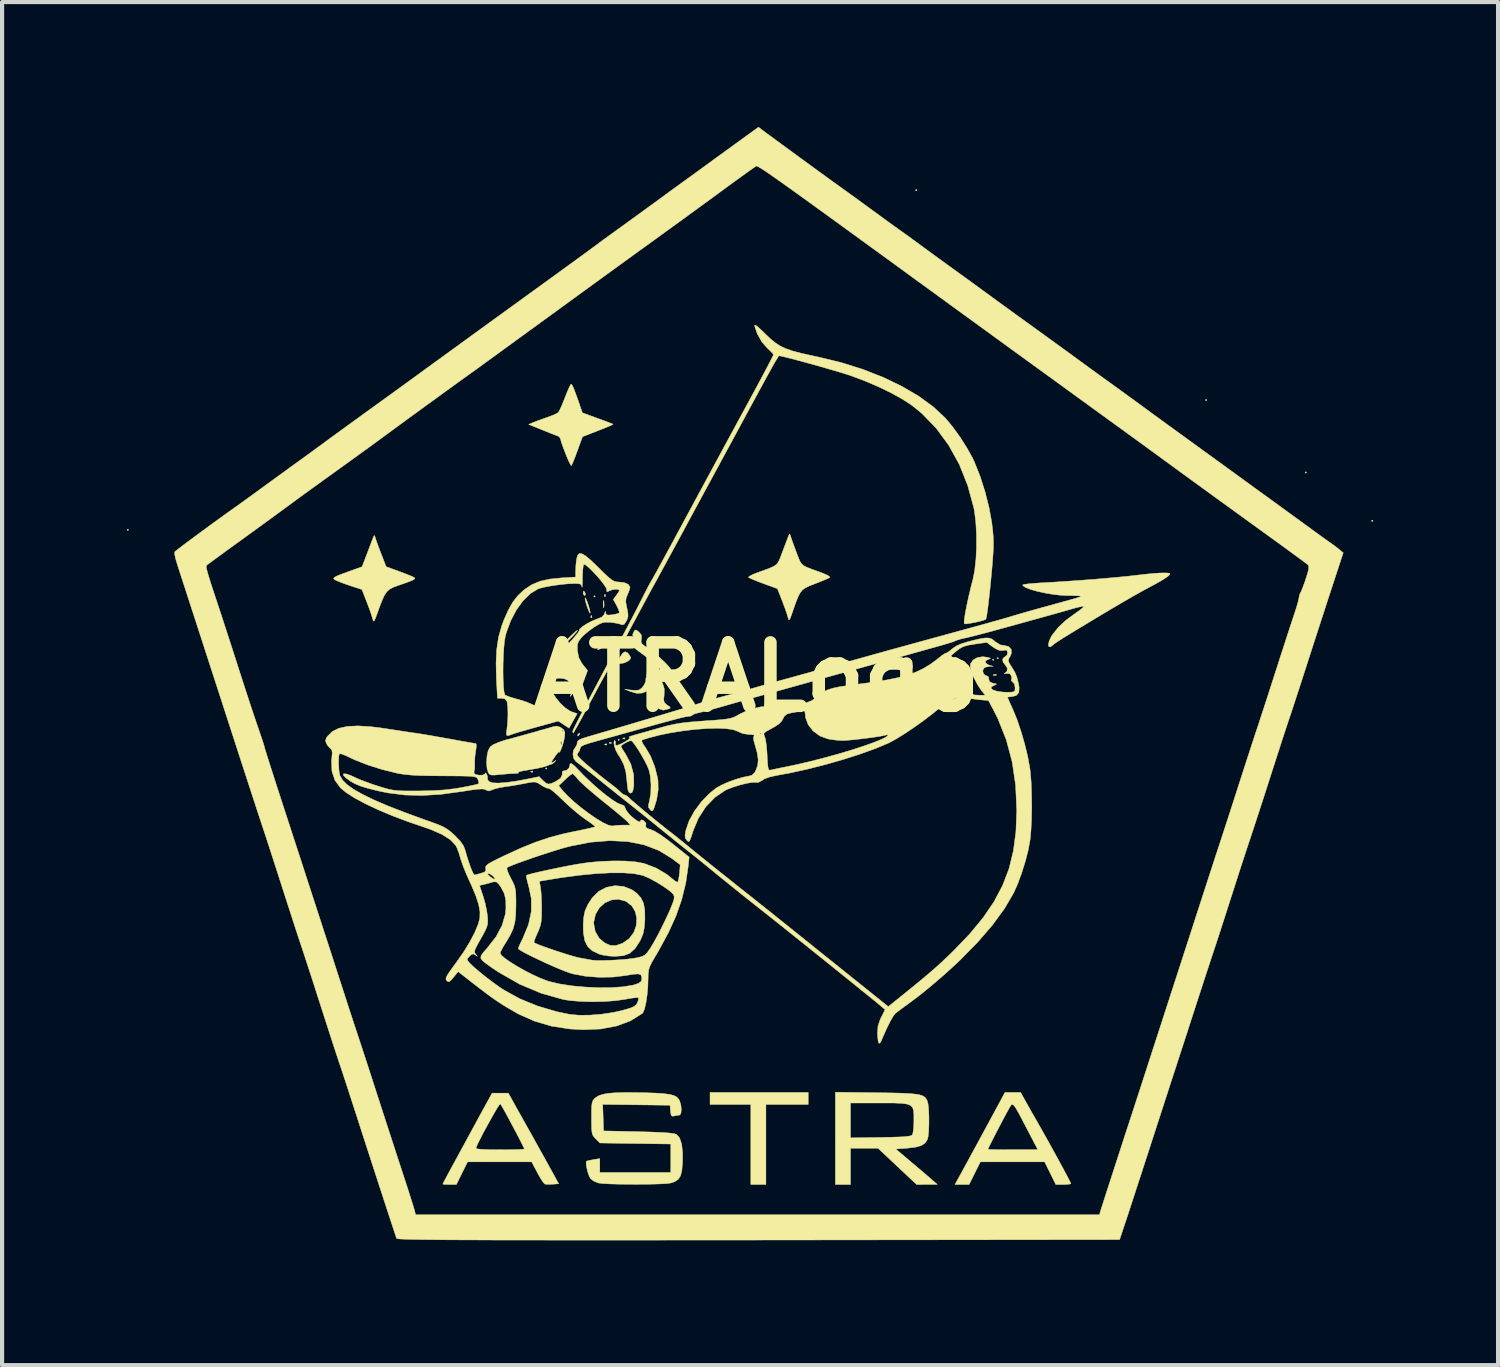
<source format=kicad_pcb>
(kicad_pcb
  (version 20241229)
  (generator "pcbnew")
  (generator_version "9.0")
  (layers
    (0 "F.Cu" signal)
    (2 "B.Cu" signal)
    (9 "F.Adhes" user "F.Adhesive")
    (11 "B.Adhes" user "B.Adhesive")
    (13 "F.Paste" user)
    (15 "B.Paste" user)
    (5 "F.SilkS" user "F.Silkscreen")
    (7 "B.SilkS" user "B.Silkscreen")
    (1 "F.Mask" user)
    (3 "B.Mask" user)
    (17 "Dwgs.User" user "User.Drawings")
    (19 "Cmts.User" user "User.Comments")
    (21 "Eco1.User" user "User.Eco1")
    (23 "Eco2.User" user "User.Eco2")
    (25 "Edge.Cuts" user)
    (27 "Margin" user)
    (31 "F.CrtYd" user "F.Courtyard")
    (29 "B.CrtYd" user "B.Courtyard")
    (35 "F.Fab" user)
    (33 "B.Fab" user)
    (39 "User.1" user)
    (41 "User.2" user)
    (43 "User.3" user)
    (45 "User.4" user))
  (footprint "ATRALogo"
    (layer "F.Cu")
    (at 15.136 13.22)
    (property "Reference" "ATRALogo" (at 0 0 0) (layer "F.SilkS") (effects (font (size 1.524 1.524) (thickness 0.3))))
    (attr through_hole)
    (fp_poly (pts (xy -15.095 -3.538) (xy -15.113 -3.52) (xy -15.131 -3.538) (xy -15.113 -3.556) (xy -15.095 -3.538)) (stroke (width 0.01) (type solid)) (fill yes) (layer "F.SilkS"))
    (fp_poly (pts (xy -5.044 2.195) (xy -5.062 2.213) (xy -5.08 2.195) (xy -5.062 2.177) (xy -5.044 2.195)) (stroke (width 0.01) (type solid)) (fill yes) (layer "F.SilkS"))
    (fp_poly (pts (xy -3.883 -1.941) (xy -3.901 -1.923) (xy -3.919 -1.941) (xy -3.901 -1.959) (xy -3.883 -1.941)) (stroke (width 0.01) (type solid)) (fill yes) (layer "F.SilkS"))
    (fp_poly (pts (xy -3.302 1.506) (xy -3.32 1.524) (xy -3.338 1.506) (xy -3.32 1.488) (xy -3.302 1.506)) (stroke (width 0.01) (type solid)) (fill yes) (layer "F.SilkS"))
    (fp_poly (pts (xy 3.846 -11.702) (xy 3.828 -11.684) (xy 3.81 -11.702) (xy 3.828 -11.72) (xy 3.846 -11.702)) (stroke (width 0.01) (type solid)) (fill yes) (layer "F.SilkS"))
    (fp_poly (pts (xy 5.697 -0.417) (xy 5.679 -0.399) (xy 5.661 -0.417) (xy 5.679 -0.435) (xy 5.697 -0.417)) (stroke (width 0.01) (type solid)) (fill yes) (layer "F.SilkS"))
    (fp_poly (pts (xy 5.806 -0.454) (xy 5.788 -0.435) (xy 5.769 -0.454) (xy 5.788 -0.472) (xy 5.806 -0.454)) (stroke (width 0.01) (type solid)) (fill yes) (layer "F.SilkS"))
    (fp_poly (pts (xy 10.813 -6.658) (xy 10.795 -6.64) (xy 10.777 -6.658) (xy 10.795 -6.677) (xy 10.813 -6.658)) (stroke (width 0.01) (type solid)) (fill yes) (layer "F.SilkS"))
    (fp_poly (pts (xy 13.208 -4.917) (xy 13.19 -4.899) (xy 13.172 -4.917) (xy 13.19 -4.935) (xy 13.208 -4.917)) (stroke (width 0.01) (type solid)) (fill yes) (layer "F.SilkS"))
    (fp_poly (pts (xy 14.805 -3.756) (xy 14.786 -3.737) (xy 14.768 -3.756) (xy 14.786 -3.774) (xy 14.805 -3.756)) (stroke (width 0.01) (type solid)) (fill yes) (layer "F.SilkS"))
    (fp_poly (pts (xy -5.382 2.262) (xy -5.387 2.283) (xy -5.407 2.286) (xy -5.436 2.273) (xy -5.431 2.262) (xy -5.388 2.257) (xy -5.382 2.262)) (stroke (width 0.01) (type solid)) (fill yes) (layer "F.SilkS"))
    (fp_poly (pts (xy -3.967 -1.476) (xy -3.963 -1.433) (xy -3.967 -1.427) (xy -3.989 -1.432) (xy -3.991 -1.451) (xy -3.978 -1.481) (xy -3.967 -1.476)) (stroke (width 0.01) (type solid)) (fill yes) (layer "F.SilkS"))
    (fp_poly (pts (xy -3.641 -1.984) (xy -3.636 -1.941) (xy -3.641 -1.935) (xy -3.662 -1.94) (xy -3.665 -1.959) (xy -3.652 -1.989) (xy -3.641 -1.984)) (stroke (width 0.01) (type solid)) (fill yes) (layer "F.SilkS"))
    (fp_poly (pts (xy -3.604 1.609) (xy -3.609 1.63) (xy -3.629 1.633) (xy -3.658 1.62) (xy -3.653 1.609) (xy -3.61 1.604) (xy -3.604 1.609)) (stroke (width 0.01) (type solid)) (fill yes) (layer "F.SilkS"))
    (fp_poly (pts (xy -3.496 1.572) (xy -3.501 1.594) (xy -3.52 1.597) (xy -3.55 1.583) (xy -3.544 1.572) (xy -3.501 1.568) (xy -3.496 1.572)) (stroke (width 0.01) (type solid)) (fill yes) (layer "F.SilkS"))
    (fp_poly (pts (xy -3.169 1.464) (xy -3.174 1.485) (xy -3.193 1.488) (xy -3.223 1.474) (xy -3.217 1.464) (xy -3.174 1.459) (xy -3.169 1.464)) (stroke (width 0.01) (type solid)) (fill yes) (layer "F.SilkS"))
    (fp_poly (pts (xy 5.76 -0.058) (xy 5.749 -0.042) (xy 5.712 -0.039) (xy 5.673 -0.048) (xy 5.69 -0.061) (xy 5.747 -0.065) (xy 5.76 -0.058)) (stroke (width 0.01) (type solid)) (fill yes) (layer "F.SilkS"))
    (fp_poly (pts (xy -4.257 1.366) (xy -4.264 1.379) (xy -4.298 1.414) (xy -4.304 1.415) (xy -4.307 1.392) (xy -4.3 1.379) (xy -4.266 1.344) (xy -4.259 1.343) (xy -4.257 1.366)) (stroke (width 0.01) (type solid)) (fill yes) (layer "F.SilkS"))
    (fp_poly (pts (xy -4.135 -2.04) (xy -4.123 -2.014) (xy -4.123 -1.967) (xy -4.138 -1.959) (xy -4.169 -1.989) (xy -4.173 -2.014) (xy -4.165 -2.062) (xy -4.159 -2.068) (xy -4.135 -2.04)) (stroke (width 0.01) (type solid)) (fill yes) (layer "F.SilkS"))
    (fp_poly (pts (xy -3.675 -1.823) (xy -3.67 -1.728) (xy -3.676 -1.678) (xy -3.686 -1.669) (xy -3.692 -1.721) (xy -3.692 -1.76) (xy -3.688 -1.83) (xy -3.68 -1.841) (xy -3.675 -1.823)) (stroke (width 0.01) (type solid)) (fill yes) (layer "F.SilkS"))
    (fp_poly (pts (xy 1.234 10.269) (xy 0.218 10.269) (xy 0.218 12.192) (xy -0.145 12.192) (xy -0.145 10.269) (xy -1.125 10.269) (xy -1.125 9.979) (xy 1.234 9.979) (xy 1.234 10.269)) (stroke (width 0.01) (type solid)) (fill yes) (layer "F.SilkS"))
    (fp_poly (pts (xy -3.106 -0.583) (xy -3.067 -0.535) (xy -3.031 -0.472) (xy -3.045 -0.427) (xy -3.087 -0.39) (xy -3.183 -0.342) (xy -3.271 -0.327) (xy -3.377 -0.327) (xy -3.294 -0.471) (xy -3.224 -0.575) (xy -3.165 -0.611) (xy -3.106 -0.583)) (stroke (width 0.01) (type solid)) (fill yes) (layer "F.SilkS"))
    (fp_poly (pts (xy -4.109 -1.886) (xy -4.077 -1.812) (xy -4.051 -1.737) (xy -4.02 -1.63) (xy -4.005 -1.556) (xy -4.005 -1.534) (xy -4.024 -1.557) (xy -4.056 -1.631) (xy -4.082 -1.705) (xy -4.114 -1.811) (xy -4.129 -1.886) (xy -4.128 -1.908) (xy -4.109 -1.886)) (stroke (width 0.01) (type solid)) (fill yes) (layer "F.SilkS"))
    (fp_poly (pts (xy -3.399 -0.932) (xy -3.396 -0.909) (xy -3.447 -0.878) (xy -3.535 -0.832) (xy -3.64 -0.764) (xy -3.663 -0.747) (xy -3.755 -0.685) (xy -3.814 -0.658) (xy -3.831 -0.666) (xy -3.798 -0.709) (xy -3.756 -0.747) (xy -3.629 -0.841) (xy -3.514 -0.907) (xy -3.426 -0.934) (xy -3.399 -0.932)) (stroke (width 0.01) (type solid)) (fill yes) (layer "F.SilkS"))
    (fp_poly (pts (xy -4.71 0.127) (xy -4.546 0.175) (xy -4.444 0.24) (xy -4.408 0.321) (xy -4.441 0.412) (xy -4.451 0.425) (xy -4.487 0.467) (xy -4.484 0.45) (xy -4.467 0.413) (xy -4.453 0.325) (xy -4.505 0.248) (xy -4.625 0.179) (xy -4.663 0.163) (xy -4.731 0.134) (xy -4.737 0.123) (xy -4.71 0.127)) (stroke (width 0.01) (type solid)) (fill yes) (layer "F.SilkS"))
    (fp_poly (pts (xy -4.33 -1.092) (xy -4.391 -1.022) (xy -4.484 -0.923) (xy -4.571 -0.835) (xy -4.671 -0.736) (xy -4.741 -0.673) (xy -4.773 -0.65) (xy -4.764 -0.671) (xy -4.705 -0.745) (xy -4.622 -0.837) (xy -4.528 -0.934) (xy -4.437 -1.023) (xy -4.362 -1.09) (xy -4.317 -1.123) (xy -4.31 -1.123) (xy -4.33 -1.092)) (stroke (width 0.01) (type solid)) (fill yes) (layer "F.SilkS"))
    (fp_poly (pts (xy -4.443 -7.023) (xy -4.414 -6.967) (xy -4.373 -6.864) (xy -4.315 -6.706) (xy -4.258 -6.542) (xy -4.193 -6.352) (xy -3.829 -6.219) (xy -3.679 -6.164) (xy -3.557 -6.118) (xy -3.477 -6.087) (xy -3.454 -6.077) (xy -3.481 -6.061) (xy -3.562 -6.024) (xy -3.685 -5.973) (xy -3.817 -5.921) (xy -4.191 -5.776) (xy -4.316 -5.428) (xy -4.37 -5.283) (xy -4.416 -5.167) (xy -4.449 -5.096) (xy -4.461 -5.08) (xy -4.482 -5.112) (xy -4.523 -5.196) (xy -4.575 -5.317) (xy -4.6 -5.38) (xy -4.653 -5.519) (xy -4.694 -5.635) (xy -4.716 -5.711) (xy -4.718 -5.725) (xy -4.747 -5.774) (xy -4.781 -5.793) (xy -4.841 -5.815) (xy -4.95 -5.857) (xy -5.089 -5.913) (xy -5.164 -5.943) (xy -5.483 -6.072) (xy -5.363 -6.123) (xy -5.262 -6.162) (xy -5.127 -6.211) (xy -5.026 -6.246) (xy -4.905 -6.291) (xy -4.811 -6.334) (xy -4.768 -6.362) (xy -4.739 -6.413) (xy -4.692 -6.515) (xy -4.637 -6.649) (xy -4.609 -6.722) (xy -4.554 -6.86) (xy -4.507 -6.967) (xy -4.473 -7.03) (xy -4.463 -7.039) (xy -4.443 -7.023)) (stroke (width 0.01) (type solid)) (fill yes) (layer "F.SilkS"))
    (fp_poly (pts (xy -9.18 -3.387) (xy -9.165 -3.338) (xy -9.14 -3.263) (xy -9.096 -3.143) (xy -9.042 -2.999) (xy -9.023 -2.951) (xy -8.908 -2.654) (xy -8.6 -2.542) (xy -8.456 -2.488) (xy -8.335 -2.44) (xy -8.255 -2.405) (xy -8.238 -2.396) (xy -8.218 -2.377) (xy -8.225 -2.357) (xy -8.268 -2.331) (xy -8.357 -2.294) (xy -8.499 -2.243) (xy -8.636 -2.196) (xy -8.746 -2.155) (xy -8.829 -2.109) (xy -8.896 -2.047) (xy -8.955 -1.955) (xy -9.014 -1.823) (xy -9.084 -1.637) (xy -9.11 -1.563) (xy -9.158 -1.432) (xy -9.189 -1.361) (xy -9.208 -1.343) (xy -9.223 -1.37) (xy -9.231 -1.4) (xy -9.256 -1.482) (xy -9.299 -1.609) (xy -9.354 -1.756) (xy -9.373 -1.805) (xy -9.489 -2.104) (xy -9.706 -2.175) (xy -9.851 -2.224) (xy -9.992 -2.275) (xy -10.066 -2.305) (xy -10.135 -2.336) (xy -10.168 -2.363) (xy -10.158 -2.391) (xy -10.099 -2.426) (xy -9.984 -2.473) (xy -9.808 -2.537) (xy -9.796 -2.542) (xy -9.486 -2.653) (xy -9.365 -2.969) (xy -9.309 -3.116) (xy -9.26 -3.245) (xy -9.226 -3.334) (xy -9.218 -3.356) (xy -9.196 -3.403) (xy -9.18 -3.387)) (stroke (width 0.01) (type solid)) (fill yes) (layer "F.SilkS"))
    (fp_poly (pts (xy -3.2 5.03) (xy -3 5.11) (xy -2.886 5.193) (xy -2.786 5.303) (xy -2.723 5.434) (xy -2.693 5.6) (xy -2.69 5.817) (xy -2.692 5.856) (xy -2.707 6.032) (xy -2.734 6.165) (xy -2.783 6.287) (xy -2.814 6.349) (xy -2.928 6.524) (xy -3.054 6.636) (xy -3.208 6.694) (xy -3.407 6.71) (xy -3.559 6.701) (xy -3.704 6.678) (xy -3.789 6.655) (xy -3.952 6.578) (xy -4.064 6.475) (xy -4.134 6.336) (xy -4.167 6.148) (xy -4.173 5.993) (xy -4.17 5.922) (xy -3.919 5.922) (xy -3.884 6.111) (xy -3.787 6.276) (xy -3.656 6.386) (xy -3.523 6.446) (xy -3.392 6.45) (xy -3.24 6.4) (xy -3.214 6.387) (xy -3.064 6.28) (xy -2.958 6.137) (xy -2.899 5.973) (xy -2.886 5.802) (xy -2.92 5.639) (xy -3.004 5.497) (xy -3.136 5.393) (xy -3.151 5.385) (xy -3.326 5.338) (xy -3.498 5.355) (xy -3.655 5.426) (xy -3.785 5.544) (xy -3.877 5.7) (xy -3.918 5.886) (xy -3.919 5.922) (xy -4.17 5.922) (xy -4.163 5.784) (xy -4.129 5.617) (xy -4.06 5.463) (xy -3.956 5.304) (xy -3.802 5.149) (xy -3.615 5.051) (xy -3.41 5.011) (xy -3.2 5.03)) (stroke (width 0.01) (type solid)) (fill yes) (layer "F.SilkS"))
    (fp_poly (pts (xy 0.799 -3.423) (xy 0.814 -3.375) (xy 0.839 -3.3) (xy 0.882 -3.179) (xy 0.936 -3.035) (xy 0.955 -2.984) (xy 0.999 -2.869) (xy 1.033 -2.786) (xy 1.071 -2.727) (xy 1.123 -2.68) (xy 1.203 -2.639) (xy 1.321 -2.592) (xy 1.49 -2.531) (xy 1.573 -2.501) (xy 1.678 -2.457) (xy 1.743 -2.418) (xy 1.754 -2.395) (xy 1.709 -2.371) (xy 1.612 -2.329) (xy 1.48 -2.276) (xy 1.401 -2.246) (xy 1.267 -2.194) (xy 1.168 -2.147) (xy 1.094 -2.093) (xy 1.035 -2.018) (xy 0.982 -1.911) (xy 0.924 -1.76) (xy 0.855 -1.561) (xy 0.812 -1.44) (xy 0.785 -1.38) (xy 0.768 -1.373) (xy 0.754 -1.411) (xy 0.748 -1.434) (xy 0.723 -1.518) (xy 0.679 -1.646) (xy 0.624 -1.793) (xy 0.609 -1.833) (xy 0.495 -2.125) (xy 0.154 -2.249) (xy 0.009 -2.304) (xy -0.109 -2.352) (xy -0.184 -2.387) (xy -0.203 -2.4) (xy -0.18 -2.424) (xy -0.106 -2.463) (xy -0.01 -2.502) (xy 0.182 -2.571) (xy 0.318 -2.622) (xy 0.411 -2.665) (xy 0.473 -2.709) (xy 0.516 -2.764) (xy 0.551 -2.84) (xy 0.592 -2.946) (xy 0.613 -3.002) (xy 0.669 -3.151) (xy 0.718 -3.279) (xy 0.752 -3.37) (xy 0.761 -3.393) (xy 0.782 -3.439) (xy 0.799 -3.423)) (stroke (width 0.01) (type solid)) (fill yes) (layer "F.SilkS"))
    (fp_poly (pts (xy 6.495 10.26) (xy 6.584 10.419) (xy 6.678 10.583) (xy 6.757 10.721) (xy 6.768 10.741) (xy 6.845 10.876) (xy 6.938 11.042) (xy 7.041 11.227) (xy 7.148 11.421) (xy 7.253 11.613) (xy 7.35 11.792) (xy 7.434 11.948) (xy 7.498 12.07) (xy 7.538 12.148) (xy 7.547 12.17) (xy 7.515 12.182) (xy 7.431 12.19) (xy 7.366 12.192) (xy 7.184 12.192) (xy 6.915 11.648) (xy 5.37 11.648) (xy 5.235 11.92) (xy 5.1 12.192) (xy 4.76 12.192) (xy 4.974 11.802) (xy 5.058 11.648) (xy 5.167 11.447) (xy 5.223 11.345) (xy 5.552 11.345) (xy 5.586 11.349) (xy 5.681 11.353) (xy 5.825 11.355) (xy 6.005 11.357) (xy 6.152 11.357) (xy 6.753 11.357) (xy 6.492 10.858) (xy 6.377 10.637) (xy 6.29 10.473) (xy 6.226 10.361) (xy 6.18 10.295) (xy 6.146 10.268) (xy 6.118 10.275) (xy 6.091 10.31) (xy 6.059 10.366) (xy 6.049 10.384) (xy 6.001 10.471) (xy 5.934 10.595) (xy 5.857 10.742) (xy 5.775 10.898) (xy 5.697 11.049) (xy 5.63 11.182) (xy 5.579 11.283) (xy 5.554 11.339) (xy 5.552 11.345) (xy 5.223 11.345) (xy 5.293 11.216) (xy 5.425 10.972) (xy 5.555 10.732) (xy 5.575 10.695) (xy 5.962 9.979) (xy 6.337 9.979) (xy 6.495 10.26)) (stroke (width 0.01) (type solid)) (fill yes) (layer "F.SilkS"))
    (fp_poly (pts (xy 2.876 9.986) (xy 3.195 9.99) (xy 3.449 9.996) (xy 3.647 10.005) (xy 3.796 10.018) (xy 3.905 10.035) (xy 3.981 10.06) (xy 4.034 10.092) (xy 4.069 10.134) (xy 4.096 10.184) (xy 4.115 10.265) (xy 4.128 10.398) (xy 4.135 10.561) (xy 4.135 10.735) (xy 4.129 10.899) (xy 4.117 11.031) (xy 4.098 11.113) (xy 4.098 11.113) (xy 4.04 11.198) (xy 3.951 11.256) (xy 3.815 11.294) (xy 3.621 11.318) (xy 3.62 11.318) (xy 3.338 11.339) (xy 3.724 11.666) (xy 3.876 11.794) (xy 4.018 11.915) (xy 4.135 12.015) (xy 4.214 12.083) (xy 4.223 12.092) (xy 4.336 12.191) (xy 4.087 12.191) (xy 3.839 12.192) (xy 3.376 11.757) (xy 2.913 11.321) (xy 2.25 11.321) (xy 2.25 12.192) (xy 1.887 12.192) (xy 1.887 10.233) (xy 2.25 10.233) (xy 2.25 11.071) (xy 2.977 11.06) (xy 3.232 11.055) (xy 3.424 11.049) (xy 3.561 11.042) (xy 3.652 11.031) (xy 3.708 11.017) (xy 3.735 10.999) (xy 3.738 10.995) (xy 3.754 10.934) (xy 3.767 10.823) (xy 3.773 10.682) (xy 3.773 10.643) (xy 3.773 10.512) (xy 3.765 10.413) (xy 3.741 10.34) (xy 3.692 10.29) (xy 3.61 10.259) (xy 3.485 10.242) (xy 3.31 10.234) (xy 3.075 10.233) (xy 2.931 10.233) (xy 2.25 10.233) (xy 1.887 10.233) (xy 1.887 9.973) (xy 2.876 9.986)) (stroke (width 0.01) (type solid)) (fill yes) (layer "F.SilkS"))
    (fp_poly (pts (xy -5.84 10.233) (xy -5.764 10.37) (xy -5.668 10.542) (xy -5.566 10.723) (xy -5.516 10.813) (xy -5.425 10.974) (xy -5.313 11.176) (xy -5.191 11.395) (xy -5.072 11.61) (xy -5.041 11.666) (xy -4.761 12.174) (xy -4.907 12.185) (xy -5.01 12.189) (xy -5.086 12.183) (xy -5.096 12.18) (xy -5.132 12.141) (xy -5.19 12.055) (xy -5.258 11.937) (xy -5.275 11.905) (xy -5.411 11.648) (xy -6.951 11.648) (xy -7.086 11.92) (xy -7.22 12.192) (xy -7.384 12.192) (xy -7.481 12.19) (xy -7.54 12.184) (xy -7.547 12.181) (xy -7.531 12.147) (xy -7.485 12.06) (xy -7.417 11.932) (xy -7.331 11.773) (xy -7.271 11.664) (xy -7.164 11.466) (xy -7.084 11.32) (xy -6.749 11.32) (xy -6.714 11.336) (xy -6.609 11.347) (xy -6.439 11.354) (xy -6.208 11.357) (xy -6.169 11.357) (xy -5.973 11.356) (xy -5.805 11.353) (xy -5.677 11.348) (xy -5.603 11.342) (xy -5.588 11.337) (xy -5.604 11.296) (xy -5.649 11.206) (xy -5.714 11.078) (xy -5.793 10.926) (xy -5.879 10.764) (xy -5.965 10.604) (xy -6.043 10.46) (xy -6.108 10.345) (xy -6.151 10.272) (xy -6.165 10.253) (xy -6.189 10.278) (xy -6.239 10.355) (xy -6.308 10.471) (xy -6.389 10.614) (xy -6.476 10.771) (xy -6.562 10.929) (xy -6.638 11.076) (xy -6.7 11.199) (xy -6.739 11.286) (xy -6.749 11.32) (xy -7.084 11.32) (xy -7.055 11.267) (xy -6.957 11.086) (xy -6.879 10.943) (xy -6.858 10.904) (xy -6.776 10.754) (xy -6.677 10.571) (xy -6.577 10.388) (xy -6.541 10.323) (xy -6.362 9.997) (xy -5.971 9.997) (xy -5.84 10.233)) (stroke (width 0.01) (type solid)) (fill yes) (layer "F.SilkS"))
    (fp_poly (pts (xy -4.727 1.202) (xy -4.698 1.22) (xy -4.637 1.271) (xy -4.614 1.333) (xy -4.619 1.43) (xy -4.635 1.512) (xy -4.661 1.609) (xy -4.692 1.702) (xy -4.722 1.775) (xy -4.744 1.81) (xy -4.752 1.797) (xy -4.769 1.803) (xy -4.811 1.85) (xy -4.861 1.92) (xy -4.907 1.99) (xy -4.933 2.043) (xy -4.935 2.053) (xy -4.911 2.054) (xy -4.871 2.029) (xy -4.829 1.999) (xy -4.839 2.016) (xy -4.855 2.034) (xy -4.906 2.079) (xy -4.928 2.089) (xy -4.976 2.104) (xy -5.058 2.136) (xy -5.062 2.138) (xy -5.149 2.164) (xy -5.282 2.194) (xy -5.438 2.221) (xy -5.479 2.228) (xy -5.61 2.25) (xy -5.7 2.271) (xy -5.738 2.288) (xy -5.733 2.294) (xy -5.728 2.307) (xy -5.782 2.314) (xy -5.806 2.315) (xy -5.91 2.319) (xy -6.052 2.33) (xy -6.174 2.341) (xy -6.304 2.354) (xy -6.382 2.352) (xy -6.425 2.334) (xy -6.453 2.296) (xy -6.455 2.293) (xy -6.484 2.191) (xy -6.494 2.049) (xy -6.484 1.898) (xy -6.456 1.766) (xy -6.453 1.759) (xy -6.411 1.681) (xy -6.339 1.624) (xy -6.227 1.576) (xy -6.225 1.575) (xy -4.714 1.575) (xy -4.708 1.622) (xy -4.695 1.623) (xy -4.687 1.574) (xy -4.692 1.553) (xy -4.708 1.54) (xy -4.714 1.575) (xy -6.225 1.575) (xy -6.117 1.537) (xy -6.033 1.509) (xy -6.005 1.501) (xy -5.947 1.487) (xy -5.836 1.457) (xy -5.687 1.416) (xy -5.516 1.368) (xy -5.339 1.319) (xy -5.231 1.288) (xy -4.681 1.288) (xy -4.663 1.306) (xy -4.645 1.288) (xy -4.663 1.27) (xy -4.681 1.288) (xy -5.231 1.288) (xy -5.173 1.272) (xy -5.034 1.232) (xy -4.937 1.203) (xy -4.91 1.195) (xy -4.81 1.176) (xy -4.727 1.202)) (stroke (width 0.01) (type solid)) (fill yes) (layer "F.SilkS"))
    (fp_poly (pts (xy -2.836 -1.086) (xy -2.776 -1.016) (xy -2.771 -0.931) (xy -2.775 -0.912) (xy -2.782 -0.845) (xy -2.758 -0.796) (xy -2.689 -0.743) (xy -2.642 -0.714) (xy -2.55 -0.65) (xy -2.439 -0.561) (xy -2.322 -0.459) (xy -2.213 -0.356) (xy -2.127 -0.266) (xy -2.076 -0.202) (xy -2.068 -0.183) (xy -2.095 -0.142) (xy -2.161 -0.079) (xy -2.194 -0.053) (xy -2.271 0.01) (xy -2.299 0.055) (xy -2.286 0.108) (xy -2.263 0.155) (xy -2.224 0.279) (xy -2.228 0.437) (xy -2.228 0.437) (xy -2.238 0.544) (xy -2.226 0.606) (xy -2.182 0.652) (xy -2.152 0.673) (xy -2.088 0.718) (xy -2.081 0.744) (xy -2.124 0.765) (xy -2.252 0.794) (xy -2.349 0.763) (xy -2.374 0.741) (xy -2.438 0.643) (xy -2.457 0.535) (xy -2.426 0.447) (xy -2.396 0.397) (xy -2.422 0.372) (xy -2.422 0.372) (xy -2.463 0.327) (xy -2.467 0.305) (xy -2.48 0.278) (xy -2.527 0.287) (xy -2.611 0.326) (xy -2.757 0.383) (xy -2.889 0.389) (xy -3.04 0.345) (xy -3.048 0.342) (xy -3.175 0.29) (xy -3.037 0.31) (xy -2.927 0.318) (xy -2.837 0.31) (xy -2.828 0.308) (xy -2.766 0.263) (xy -2.707 0.186) (xy -2.669 0.101) (xy -2.666 0.038) (xy -2.668 0.034) (xy -2.65 0.002) (xy -2.581 -0.043) (xy -2.506 -0.078) (xy -2.405 -0.125) (xy -2.338 -0.163) (xy -2.322 -0.179) (xy -2.351 -0.225) (xy -2.432 -0.304) (xy -2.555 -0.408) (xy -2.714 -0.529) (xy -2.74 -0.548) (xy -2.875 -0.648) (xy -2.962 -0.715) (xy -3.006 -0.76) (xy -3.018 -0.795) (xy -3.005 -0.829) (xy -2.983 -0.864) (xy -2.949 -0.939) (xy -2.966 -0.974) (xy -2.986 -1.016) (xy -2.963 -1.077) (xy -2.93 -1.129) (xy -2.896 -1.131) (xy -2.836 -1.086)) (stroke (width 0.01) (type solid)) (fill yes) (layer "F.SilkS"))
    (fp_poly (pts (xy -2.848 9.983) (xy -2.695 9.986) (xy -2.434 9.995) (xy -2.237 10.008) (xy -2.092 10.027) (xy -1.99 10.055) (xy -1.921 10.093) (xy -1.876 10.145) (xy -1.855 10.184) (xy -1.826 10.28) (xy -1.815 10.384) (xy -1.823 10.472) (xy -1.848 10.52) (xy -1.86 10.523) (xy -1.93 10.533) (xy -1.984 10.545) (xy -2.036 10.55) (xy -2.062 10.517) (xy -2.075 10.429) (xy -2.075 10.427) (xy -2.086 10.287) (xy -2.895 10.277) (xy -3.704 10.267) (xy -3.693 10.586) (xy -3.683 10.904) (xy -2.848 10.922) (xy -2.534 10.931) (xy -2.288 10.941) (xy -2.108 10.954) (xy -1.99 10.969) (xy -1.933 10.986) (xy -1.857 11.071) (xy -1.807 11.22) (xy -1.784 11.431) (xy -1.785 11.655) (xy -1.801 11.846) (xy -1.832 11.978) (xy -1.886 12.065) (xy -1.97 12.122) (xy -2.065 12.155) (xy -2.144 12.167) (xy -2.282 12.176) (xy -2.464 12.182) (xy -2.676 12.186) (xy -2.905 12.187) (xy -3.136 12.186) (xy -3.355 12.183) (xy -3.547 12.177) (xy -3.7 12.168) (xy -3.798 12.157) (xy -3.809 12.155) (xy -3.914 12.113) (xy -3.995 12.051) (xy -3.998 12.048) (xy -4.032 11.982) (xy -4.066 11.882) (xy -4.091 11.773) (xy -4.103 11.682) (xy -4.096 11.633) (xy -4.096 11.632) (xy -4.055 11.619) (xy -3.968 11.601) (xy -3.928 11.594) (xy -3.774 11.569) (xy -3.774 11.902) (xy -2.068 11.902) (xy -2.068 11.219) (xy -2.92 11.207) (xy -3.772 11.194) (xy -3.873 11.094) (xy -3.917 11.046) (xy -3.946 10.999) (xy -3.962 10.937) (xy -3.971 10.843) (xy -3.973 10.701) (xy -3.973 10.591) (xy -3.973 10.415) (xy -3.968 10.297) (xy -3.957 10.22) (xy -3.936 10.169) (xy -3.903 10.13) (xy -3.875 10.105) (xy -3.803 10.059) (xy -3.701 10.024) (xy -3.563 10) (xy -3.38 9.986) (xy -3.145 9.98) (xy -2.848 9.983)) (stroke (width 0.01) (type solid)) (fill yes) (layer "F.SilkS"))
    (fp_poly (pts (xy -0.026 -8.453) (xy 0.03 -8.41) (xy 0.126 -8.322) (xy 0.209 -8.24) (xy 0.332 -8.124) (xy 0.446 -8.031) (xy 0.563 -7.956) (xy 0.696 -7.893) (xy 0.858 -7.837) (xy 1.059 -7.784) (xy 1.313 -7.727) (xy 1.477 -7.692) (xy 2.019 -7.561) (xy 2.54 -7.398) (xy 3.03 -7.206) (xy 3.482 -6.989) (xy 3.887 -6.752) (xy 4.236 -6.498) (xy 4.522 -6.232) (xy 4.533 -6.22) (xy 4.702 -6.017) (xy 4.878 -5.774) (xy 5.041 -5.519) (xy 5.177 -5.276) (xy 5.223 -5.18) (xy 5.361 -4.835) (xy 5.483 -4.454) (xy 5.581 -4.067) (xy 5.646 -3.706) (xy 5.648 -3.685) (xy 5.668 -3.519) (xy 5.68 -3.377) (xy 5.685 -3.242) (xy 5.683 -3.095) (xy 5.673 -2.92) (xy 5.656 -2.697) (xy 5.646 -2.576) (xy 5.621 -2.312) (xy 5.596 -2.062) (xy 5.571 -1.837) (xy 5.548 -1.648) (xy 5.527 -1.503) (xy 5.51 -1.413) (xy 5.501 -1.389) (xy 5.455 -1.369) (xy 5.363 -1.343) (xy 5.247 -1.316) (xy 5.131 -1.294) (xy 5.036 -1.28) (xy 4.986 -1.28) (xy 4.984 -1.281) (xy 4.98 -1.328) (xy 4.991 -1.431) (xy 5.016 -1.581) (xy 5.052 -1.763) (xy 5.097 -1.966) (xy 5.147 -2.177) (xy 5.19 -2.34) (xy 5.234 -2.561) (xy 5.264 -2.832) (xy 5.278 -3.131) (xy 5.277 -3.438) (xy 5.26 -3.732) (xy 5.228 -3.99) (xy 5.214 -4.064) (xy 5.065 -4.609) (xy 4.864 -5.112) (xy 4.611 -5.57) (xy 4.31 -5.98) (xy 3.963 -6.337) (xy 3.732 -6.525) (xy 3.513 -6.67) (xy 3.241 -6.822) (xy 2.933 -6.972) (xy 2.605 -7.113) (xy 2.275 -7.237) (xy 2.213 -7.258) (xy 2.07 -7.303) (xy 1.891 -7.357) (xy 1.688 -7.416) (xy 1.472 -7.478) (xy 1.255 -7.538) (xy 1.046 -7.595) (xy 0.859 -7.645) (xy 0.703 -7.684) (xy 0.591 -7.711) (xy 0.533 -7.721) (xy 0.527 -7.72) (xy 0.507 -7.686) (xy 0.463 -7.616) (xy 0.454 -7.602) (xy 0.419 -7.541) (xy 0.354 -7.426) (xy 0.266 -7.267) (xy 0.16 -7.073) (xy 0.041 -6.854) (xy -0.075 -6.64) (xy -0.234 -6.347) (xy -0.414 -6.014) (xy -0.602 -5.665) (xy -0.787 -5.325) (xy -0.953 -5.017) (xy -0.998 -4.935) (xy -1.128 -4.694) (xy -1.254 -4.463) (xy -1.368 -4.252) (xy -1.465 -4.073) (xy -1.538 -3.937) (xy -1.578 -3.864) (xy -1.714 -3.611) (xy -1.855 -3.35) (xy -1.995 -3.092) (xy -2.128 -2.847) (xy -2.249 -2.625) (xy -2.352 -2.436) (xy -2.431 -2.291) (xy -2.482 -2.198) (xy -2.485 -2.194) (xy -2.531 -2.111) (xy -2.604 -1.975) (xy -2.7 -1.798) (xy -2.811 -1.592) (xy -2.931 -1.368) (xy -3.003 -1.234) (xy -3.126 -1.003) (xy -3.246 -0.783) (xy -3.354 -0.583) (xy -3.445 -0.418) (xy -3.512 -0.298) (xy -3.538 -0.254) (xy -3.59 -0.161) (xy -3.67 -0.017) (xy -3.769 0.164) (xy -3.88 0.371) (xy -3.997 0.59) (xy -4.026 0.644) (xy -4.135 0.848) (xy -4.233 1.029) (xy -4.314 1.176) (xy -4.374 1.282) (xy -4.407 1.337) (xy -4.412 1.343) (xy -4.426 1.315) (xy -4.427 1.307) (xy -4.411 1.264) (xy -4.365 1.169) (xy -4.297 1.033) (xy -4.211 0.867) (xy -4.142 0.735) (xy -4.028 0.522) (xy -3.91 0.299) (xy -3.798 0.087) (xy -3.704 -0.09) (xy -3.674 -0.147) (xy -3.585 -0.315) (xy -3.476 -0.522) (xy -3.358 -0.741) (xy -3.247 -0.949) (xy -3.239 -0.963) (xy -3.125 -1.179) (xy -2.999 -1.418) (xy -2.878 -1.652) (xy -2.777 -1.851) (xy -2.696 -2.011) (xy -2.625 -2.149) (xy -2.571 -2.25) (xy -2.541 -2.302) (xy -2.54 -2.304) (xy -2.516 -2.344) (xy -2.462 -2.44) (xy -2.383 -2.583) (xy -2.284 -2.763) (xy -2.17 -2.974) (xy -2.044 -3.205) (xy -2.031 -3.229) (xy -1.874 -3.521) (xy -1.707 -3.83) (xy -1.536 -4.146) (xy -1.365 -4.463) (xy -1.197 -4.773) (xy -1.038 -5.068) (xy -0.89 -5.341) (xy -0.759 -5.583) (xy -0.648 -5.788) (xy -0.562 -5.947) (xy -0.504 -6.053) (xy -0.491 -6.078) (xy -0.306 -6.418) (xy -0.136 -6.731) (xy 0.016 -7.012) (xy 0.146 -7.255) (xy 0.252 -7.455) (xy 0.331 -7.607) (xy 0.381 -7.707) (xy 0.399 -7.748) (xy 0.399 -7.748) (xy 0.374 -7.786) (xy 0.309 -7.852) (xy 0.258 -7.897) (xy 0.122 -8.051) (xy 0.011 -8.248) (xy -0.049 -8.422) (xy -0.05 -8.456) (xy -0.026 -8.453)) (stroke (width 0.01) (type solid)) (fill yes) (layer "F.SilkS"))
    (fp_poly (pts (xy -4.21 -2.968) (xy -4.122 -2.918) (xy -4.002 -2.819) (xy -3.842 -2.666) (xy -3.806 -2.631) (xy -3.663 -2.49) (xy -3.558 -2.394) (xy -3.482 -2.333) (xy -3.421 -2.301) (xy -3.364 -2.288) (xy -3.324 -2.286) (xy -3.187 -2.271) (xy -3.09 -2.229) (xy -3.049 -2.168) (xy -3.048 -2.159) (xy -3.063 -2.094) (xy -3.1 -2) (xy -3.109 -1.98) (xy -3.142 -1.895) (xy -3.15 -1.815) (xy -3.134 -1.709) (xy -3.122 -1.659) (xy -3.098 -1.537) (xy -3.096 -1.454) (xy -3.12 -1.38) (xy -3.136 -1.348) (xy -3.185 -1.272) (xy -3.23 -1.255) (xy -3.258 -1.265) (xy -3.329 -1.286) (xy -3.441 -1.306) (xy -3.513 -1.315) (xy -3.624 -1.32) (xy -3.71 -1.308) (xy -3.799 -1.268) (xy -3.913 -1.199) (xy -4.039 -1.108) (xy -4.155 -1.011) (xy -4.223 -0.942) (xy -4.285 -0.858) (xy -4.312 -0.779) (xy -4.313 -0.673) (xy -4.31 -0.632) (xy -4.28 -0.471) (xy -4.208 -0.337) (xy -4.181 -0.301) (xy -4.068 -0.158) (xy -4.148 0.06) (xy -4.227 0.278) (xy -4.368 0.176) (xy -4.482 0.105) (xy -4.598 0.051) (xy -4.631 0.04) (xy -4.724 0.026) (xy -4.823 0.03) (xy -4.905 0.046) (xy -4.945 0.073) (xy -4.945 0.084) (xy -4.949 0.135) (xy -4.96 0.169) (xy -4.959 0.255) (xy -4.911 0.37) (xy -4.829 0.499) (xy -4.724 0.626) (xy -4.608 0.736) (xy -4.492 0.814) (xy -4.443 0.835) (xy -4.317 0.877) (xy -4.513 1.226) (xy -4.772 1.056) (xy -5.28 1.196) (xy -5.47 1.25) (xy -5.643 1.299) (xy -5.783 1.341) (xy -5.873 1.37) (xy -5.89 1.376) (xy -5.97 1.405) (xy -6.01 1.402) (xy -6.019 1.356) (xy -6.007 1.254) (xy -6.003 1.225) (xy -5.987 1.062) (xy -5.981 0.889) (xy -5.985 0.729) (xy -5.999 0.607) (xy -6.007 0.576) (xy -6.06 0.52) (xy -6.131 0.508) (xy -6.233 0.508) (xy -6.258 0.045) (xy -6.262 -0.127) (xy -6.099 -0.127) (xy -6.096 0.064) (xy -6.088 0.228) (xy -6.075 0.352) (xy -6.056 0.421) (xy -6.051 0.428) (xy -5.994 0.456) (xy -5.889 0.492) (xy -5.77 0.526) (xy -5.633 0.565) (xy -5.513 0.607) (xy -5.444 0.637) (xy -5.355 0.676) (xy -5.293 0.67) (xy -5.25 0.612) (xy -5.216 0.493) (xy -5.202 0.422) (xy -5.178 0.308) (xy -5.044 0.308) (xy -5.026 0.327) (xy -5.007 0.308) (xy -5.026 0.29) (xy -5.044 0.308) (xy -5.178 0.308) (xy -5.167 0.259) (xy -5.138 0.143) (xy -5.035 0.143) (xy -5.03 0.145) (xy -4.997 0.12) (xy -4.989 0.109) (xy -4.98 0.075) (xy -4.985 0.073) (xy -5.018 0.098) (xy -5.026 0.109) (xy -5.035 0.143) (xy -5.138 0.143) (xy -5.126 0.093) (xy -5.095 -0.013) (xy -5.05 -0.136) (xy -4.995 -0.268) (xy -4.976 -0.308) (xy -4.935 -0.308) (xy -4.917 -0.29) (xy -4.899 -0.308) (xy -4.917 -0.327) (xy -4.935 -0.308) (xy -4.976 -0.308) (xy -4.938 -0.39) (xy -4.887 -0.487) (xy -4.851 -0.539) (xy -4.842 -0.544) (xy -4.842 -0.518) (xy -4.864 -0.469) (xy -4.895 -0.399) (xy -4.886 -0.382) (xy -4.845 -0.416) (xy -4.778 -0.498) (xy -4.769 -0.51) (xy -4.692 -0.609) (xy -4.585 -0.736) (xy -4.471 -0.864) (xy -4.456 -0.88) (xy -4.364 -0.985) (xy -4.297 -1.069) (xy -4.266 -1.12) (xy -4.265 -1.128) (xy -4.249 -1.164) (xy -4.184 -1.218) (xy -4.087 -1.281) (xy -3.976 -1.34) (xy -3.867 -1.386) (xy -3.841 -1.395) (xy -3.726 -1.442) (xy -3.668 -1.505) (xy -3.66 -1.528) (xy -3.642 -1.58) (xy -3.633 -1.563) (xy -3.632 -1.546) (xy -3.62 -1.504) (xy -3.575 -1.49) (xy -3.48 -1.498) (xy -3.382 -1.516) (xy -3.317 -1.536) (xy -3.309 -1.542) (xy -3.31 -1.584) (xy -3.342 -1.666) (xy -3.367 -1.716) (xy -3.449 -1.866) (xy -3.376 -1.966) (xy -3.326 -2.037) (xy -3.302 -2.08) (xy -3.302 -2.082) (xy -3.332 -2.108) (xy -3.404 -2.112) (xy -3.49 -2.095) (xy -3.525 -2.081) (xy -3.591 -2.053) (xy -3.611 -2.063) (xy -3.605 -2.096) (xy -3.621 -2.145) (xy -3.676 -2.228) (xy -3.757 -2.332) (xy -3.853 -2.444) (xy -3.953 -2.55) (xy -4.045 -2.639) (xy -4.117 -2.697) (xy -4.157 -2.712) (xy -4.159 -2.71) (xy -4.173 -2.663) (xy -4.184 -2.562) (xy -4.189 -2.427) (xy -4.19 -2.384) (xy -4.191 -2.259) (xy -4.195 -2.18) (xy -4.2 -2.158) (xy -4.202 -2.168) (xy -4.221 -2.221) (xy -4.269 -2.244) (xy -4.367 -2.25) (xy -4.528 -2.243) (xy -4.716 -2.225) (xy -4.908 -2.198) (xy -5.082 -2.167) (xy -5.216 -2.134) (xy -5.258 -2.119) (xy -5.442 -2.008) (xy -5.618 -1.835) (xy -5.779 -1.613) (xy -5.916 -1.351) (xy -6.022 -1.063) (xy -6.041 -0.993) (xy -6.062 -0.879) (xy -6.078 -0.721) (xy -6.09 -0.533) (xy -6.097 -0.331) (xy -6.099 -0.127) (xy -6.262 -0.127) (xy -6.267 -0.34) (xy -6.25 -0.672) (xy -6.205 -0.967) (xy -6.128 -1.24) (xy -6.08 -1.368) (xy -5.972 -1.611) (xy -5.865 -1.801) (xy -5.747 -1.953) (xy -5.607 -2.085) (xy -5.577 -2.11) (xy -5.403 -2.224) (xy -5.205 -2.305) (xy -4.969 -2.357) (xy -4.69 -2.385) (xy -4.354 -2.405) (xy -4.354 -2.554) (xy -4.348 -2.692) (xy -4.333 -2.828) (xy -4.331 -2.839) (xy -4.308 -2.926) (xy -4.269 -2.969) (xy -4.21 -2.968)) (stroke (width 0.01) (type solid)) (fill yes) (layer "F.SilkS"))
    (fp_poly (pts (xy 0.228 -13.072) (xy 0.308 -13.013) (xy 0.436 -12.919) (xy 0.603 -12.797) (xy 0.798 -12.654) (xy 1.012 -12.497) (xy 1.236 -12.335) (xy 1.457 -12.173) (xy 1.668 -12.02) (xy 1.857 -11.883) (xy 2.016 -11.769) (xy 2.132 -11.685) (xy 2.182 -11.65) (xy 2.254 -11.598) (xy 2.373 -11.512) (xy 2.524 -11.401) (xy 2.696 -11.276) (xy 2.833 -11.176) (xy 3.008 -11.048) (xy 3.169 -10.931) (xy 3.304 -10.833) (xy 3.402 -10.763) (xy 3.445 -10.732) (xy 3.506 -10.689) (xy 3.613 -10.613) (xy 3.753 -10.511) (xy 3.913 -10.394) (xy 3.996 -10.333) (xy 4.195 -10.187) (xy 4.412 -10.029) (xy 4.624 -9.875) (xy 4.806 -9.743) (xy 4.83 -9.726) (xy 5.016 -9.592) (xy 5.22 -9.444) (xy 5.414 -9.302) (xy 5.534 -9.215) (xy 5.65 -9.13) (xy 5.814 -9.01) (xy 6.014 -8.865) (xy 6.239 -8.702) (xy 6.478 -8.529) (xy 6.719 -8.355) (xy 6.731 -8.346) (xy 6.967 -8.175) (xy 7.196 -8.009) (xy 7.409 -7.855) (xy 7.596 -7.719) (xy 7.745 -7.61) (xy 7.848 -7.535) (xy 7.856 -7.529) (xy 7.996 -7.426) (xy 8.17 -7.3) (xy 8.349 -7.17) (xy 8.455 -7.094) (xy 8.735 -6.892) (xy 8.984 -6.711) (xy 9.229 -6.532) (xy 9.371 -6.428) (xy 9.435 -6.381) (xy 9.552 -6.296) (xy 9.715 -6.177) (xy 9.92 -6.028) (xy 10.161 -5.853) (xy 10.43 -5.658) (xy 10.723 -5.445) (xy 11.034 -5.22) (xy 11.303 -5.024) (xy 11.629 -4.788) (xy 11.946 -4.557) (xy 12.249 -4.338) (xy 12.53 -4.134) (xy 12.782 -3.95) (xy 13.001 -3.791) (xy 13.178 -3.662) (xy 13.308 -3.568) (xy 13.371 -3.521) (xy 13.513 -3.418) (xy 13.643 -3.325) (xy 13.742 -3.254) (xy 13.789 -3.222) (xy 13.881 -3.156) (xy 13.981 -3.078) (xy 13.984 -3.075) (xy 14.09 -2.988) (xy 13.835 -2.211) (xy 13.752 -1.958) (xy 13.654 -1.656) (xy 13.546 -1.324) (xy 13.435 -0.981) (xy 13.327 -0.647) (xy 13.247 -0.399) (xy 13.156 -0.117) (xy 13.066 0.162) (xy 12.98 0.425) (xy 12.904 0.659) (xy 12.841 0.85) (xy 12.795 0.987) (xy 12.791 0.998) (xy 12.748 1.128) (xy 12.686 1.315) (xy 12.611 1.545) (xy 12.527 1.806) (xy 12.437 2.084) (xy 12.346 2.366) (xy 12.337 2.395) (xy 12.245 2.681) (xy 12.153 2.967) (xy 12.064 3.24) (xy 11.984 3.485) (xy 11.917 3.689) (xy 11.867 3.839) (xy 11.865 3.846) (xy 11.815 3.995) (xy 11.748 4.199) (xy 11.668 4.444) (xy 11.58 4.714) (xy 11.49 4.996) (xy 11.41 5.243) (xy 11.32 5.523) (xy 11.23 5.805) (xy 11.143 6.073) (xy 11.065 6.313) (xy 11 6.511) (xy 10.957 6.64) (xy 10.906 6.794) (xy 10.838 7.002) (xy 10.757 7.248) (xy 10.67 7.516) (xy 10.58 7.791) (xy 10.524 7.965) (xy 10.434 8.242) (xy 10.342 8.528) (xy 10.252 8.805) (xy 10.17 9.056) (xy 10.102 9.266) (xy 10.071 9.362) (xy 10.023 9.507) (xy 9.957 9.711) (xy 9.876 9.962) (xy 9.782 10.25) (xy 9.681 10.562) (xy 9.575 10.889) (xy 9.468 11.219) (xy 9.453 11.267) (xy 9.347 11.592) (xy 9.243 11.913) (xy 9.143 12.218) (xy 9.052 12.498) (xy 8.973 12.742) (xy 8.908 12.939) (xy 8.862 13.08) (xy 8.855 13.099) (xy 8.716 13.516) (xy 0.039 13.526) (xy -0.93 13.527) (xy -1.829 13.527) (xy -2.66 13.528) (xy -3.425 13.528) (xy -4.127 13.528) (xy -4.769 13.528) (xy -5.351 13.527) (xy -5.877 13.527) (xy -6.35 13.526) (xy -6.77 13.524) (xy -7.142 13.523) (xy -7.466 13.521) (xy -7.746 13.518) (xy -7.983 13.516) (xy -8.181 13.513) (xy -8.34 13.51) (xy -8.465 13.506) (xy -8.556 13.502) (xy -8.616 13.497) (xy -8.649 13.493) (xy -8.655 13.489) (xy -8.674 13.436) (xy -8.712 13.321) (xy -8.767 13.154) (xy -8.837 12.942) (xy -8.919 12.693) (xy -9.009 12.415) (xy -9.106 12.118) (xy -9.207 11.808) (xy -9.309 11.493) (xy -9.41 11.183) (xy -9.506 10.885) (xy -9.576 10.668) (xy -9.667 10.386) (xy -9.758 10.107) (xy -9.843 9.844) (xy -9.92 9.61) (xy -9.983 9.418) (xy -10.029 9.282) (xy -10.033 9.271) (xy -10.076 9.14) (xy -10.138 8.954) (xy -10.213 8.724) (xy -10.297 8.463) (xy -10.387 8.185) (xy -10.478 7.902) (xy -10.487 7.874) (xy -10.578 7.592) (xy -10.667 7.313) (xy -10.753 7.05) (xy -10.829 6.816) (xy -10.892 6.624) (xy -10.937 6.487) (xy -10.941 6.477) (xy -10.984 6.346) (xy -11.046 6.16) (xy -11.121 5.93) (xy -11.205 5.669) (xy -11.295 5.391) (xy -11.386 5.109) (xy -11.395 5.08) (xy -11.486 4.798) (xy -11.576 4.519) (xy -11.661 4.256) (xy -11.737 4.022) (xy -11.799 3.83) (xy -11.845 3.693) (xy -11.848 3.683) (xy -11.886 3.568) (xy -11.943 3.394) (xy -12.017 3.171) (xy -12.103 2.907) (xy -12.199 2.613) (xy -12.301 2.299) (xy -12.407 1.974) (xy -12.441 1.869) (xy -12.641 1.253) (xy -12.831 0.667) (xy -13.01 0.115) (xy -13.177 -0.399) (xy -13.33 -0.872) (xy -13.469 -1.3) (xy -13.592 -1.679) (xy -13.698 -2.006) (xy -13.786 -2.278) (xy -13.855 -2.489) (xy -13.903 -2.638) (xy -13.913 -2.669) (xy -13.229 -2.669) (xy -13.228 -2.635) (xy -13.216 -2.576) (xy -13.192 -2.486) (xy -13.153 -2.357) (xy -13.097 -2.182) (xy -13.022 -1.953) (xy -12.926 -1.664) (xy -12.916 -1.633) (xy -12.867 -1.487) (xy -12.802 -1.286) (xy -12.723 -1.043) (xy -12.635 -0.771) (xy -12.543 -0.486) (xy -12.451 -0.199) (xy -12.445 -0.181) (xy -12.353 0.104) (xy -12.261 0.388) (xy -12.172 0.658) (xy -12.092 0.9) (xy -12.024 1.101) (xy -11.974 1.248) (xy -11.971 1.256) (xy -11.916 1.417) (xy -11.87 1.552) (xy -11.84 1.649) (xy -11.829 1.691) (xy -11.818 1.731) (xy -11.787 1.833) (xy -11.738 1.988) (xy -11.674 2.19) (xy -11.597 2.43) (xy -11.51 2.7) (xy -11.414 2.994) (xy -11.391 3.065) (xy -11.263 3.458) (xy -11.125 3.883) (xy -10.979 4.329) (xy -10.83 4.789) (xy -10.68 5.251) (xy -10.531 5.708) (xy -10.388 6.149) (xy -10.253 6.564) (xy -10.13 6.945) (xy -10.021 7.282) (xy -9.929 7.565) (xy -9.882 7.711) (xy -9.811 7.932) (xy -9.734 8.166) (xy -9.661 8.387) (xy -9.601 8.569) (xy -9.597 8.582) (xy -9.554 8.712) (xy -9.492 8.899) (xy -9.417 9.129) (xy -9.332 9.389) (xy -9.242 9.667) (xy -9.151 9.949) (xy -9.142 9.979) (xy -9.039 10.295) (xy -8.928 10.638) (xy -8.814 10.988) (xy -8.704 11.326) (xy -8.605 11.63) (xy -8.54 11.829) (xy -8.462 12.068) (xy -8.389 12.291) (xy -8.327 12.487) (xy -8.277 12.643) (xy -8.244 12.749) (xy -8.235 12.782) (xy -8.198 12.918) (xy 8.232 12.918) (xy 8.255 12.836) (xy 8.273 12.779) (xy 8.311 12.661) (xy 8.366 12.488) (xy 8.437 12.268) (xy 8.521 12.009) (xy 8.615 11.718) (xy 8.718 11.402) (xy 8.826 11.068) (xy 8.938 10.725) (xy 9.016 10.487) (xy 9.074 10.309) (xy 9.152 10.068) (xy 9.249 9.77) (xy 9.362 9.422) (xy 9.489 9.029) (xy 9.629 8.598) (xy 9.78 8.134) (xy 9.938 7.644) (xy 10.104 7.135) (xy 10.273 6.611) (xy 10.446 6.079) (xy 10.546 5.769) (xy 10.649 5.451) (xy 10.749 5.143) (xy 10.843 4.853) (xy 10.928 4.593) (xy 11 4.371) (xy 11.057 4.197) (xy 11.096 4.08) (xy 11.101 4.064) (xy 11.138 3.951) (xy 11.194 3.78) (xy 11.264 3.564) (xy 11.346 3.313) (xy 11.434 3.04) (xy 11.526 2.756) (xy 11.554 2.667) (xy 11.647 2.379) (xy 11.739 2.094) (xy 11.826 1.827) (xy 11.904 1.587) (xy 11.969 1.389) (xy 12.017 1.244) (xy 12.027 1.216) (xy 12.07 1.085) (xy 12.131 0.898) (xy 12.206 0.668) (xy 12.291 0.408) (xy 12.38 0.13) (xy 12.471 -0.153) (xy 12.481 -0.181) (xy 12.57 -0.461) (xy 12.659 -0.734) (xy 12.741 -0.988) (xy 12.814 -1.212) (xy 12.874 -1.393) (xy 12.915 -1.519) (xy 12.92 -1.531) (xy 12.967 -1.679) (xy 13.004 -1.806) (xy 13.024 -1.893) (xy 13.027 -1.914) (xy 13.042 -1.989) (xy 13.057 -2.016) (xy 13.082 -2.064) (xy 13.121 -2.163) (xy 13.169 -2.296) (xy 13.188 -2.353) (xy 13.236 -2.504) (xy 13.26 -2.601) (xy 13.262 -2.661) (xy 13.245 -2.696) (xy 13.239 -2.701) (xy 13.198 -2.733) (xy 13.106 -2.802) (xy 12.97 -2.902) (xy 12.799 -3.027) (xy 12.601 -3.172) (xy 12.382 -3.33) (xy 12.319 -3.376) (xy 12.075 -3.552) (xy 11.829 -3.73) (xy 11.594 -3.9) (xy 11.382 -4.054) (xy 11.204 -4.183) (xy 11.072 -4.279) (xy 11.071 -4.279) (xy 10.902 -4.402) (xy 10.73 -4.527) (xy 10.576 -4.639) (xy 10.472 -4.714) (xy 10.345 -4.807) (xy 10.211 -4.904) (xy 10.058 -5.016) (xy 9.872 -5.152) (xy 9.67 -5.299) (xy 9.612 -5.341) (xy 9.501 -5.422) (xy 9.34 -5.539) (xy 9.136 -5.688) (xy 8.892 -5.865) (xy 8.614 -6.067) (xy 8.306 -6.29) (xy 7.973 -6.532) (xy 7.621 -6.787) (xy 7.254 -7.054) (xy 7.148 -7.131) (xy 6.778 -7.399) (xy 6.421 -7.658) (xy 6.082 -7.904) (xy 5.767 -8.133) (xy 5.48 -8.342) (xy 5.226 -8.526) (xy 5.01 -8.683) (xy 4.836 -8.809) (xy 4.71 -8.901) (xy 4.637 -8.954) (xy 4.626 -8.962) (xy 4.499 -9.055) (xy 4.348 -9.165) (xy 4.223 -9.256) (xy 4.103 -9.343) (xy 3.946 -9.457) (xy 3.773 -9.582) (xy 3.625 -9.691) (xy 3.086 -10.083) (xy 2.603 -10.434) (xy 2.172 -10.747) (xy 1.791 -11.024) (xy 1.457 -11.266) (xy 1.166 -11.476) (xy 0.916 -11.656) (xy 0.703 -11.809) (xy 0.525 -11.935) (xy 0.378 -12.038) (xy 0.26 -12.12) (xy 0.167 -12.182) (xy 0.097 -12.227) (xy 0.046 -12.257) (xy 0.011 -12.274) (xy -0.01 -12.28) (xy -0.019 -12.279) (xy -0.078 -12.237) (xy -0.161 -12.179) (xy -0.167 -12.175) (xy -0.246 -12.119) (xy -0.373 -12.028) (xy -0.537 -11.909) (xy -0.727 -11.771) (xy -0.932 -11.62) (xy -1.143 -11.465) (xy -1.216 -11.412) (xy -1.312 -11.342) (xy -1.457 -11.236) (xy -1.639 -11.103) (xy -1.85 -10.95) (xy -2.078 -10.785) (xy -2.314 -10.614) (xy -2.34 -10.595) (xy -2.584 -10.418) (xy -2.83 -10.241) (xy -3.065 -10.07) (xy -3.278 -9.916) (xy -3.456 -9.787) (xy -3.587 -9.691) (xy -3.588 -9.691) (xy -3.757 -9.568) (xy -3.929 -9.443) (xy -4.083 -9.331) (xy -4.187 -9.256) (xy -4.329 -9.152) (xy -4.479 -9.043) (xy -4.59 -8.962) (xy -4.681 -8.896) (xy -4.816 -8.797) (xy -4.982 -8.677) (xy -5.164 -8.545) (xy -5.293 -8.451) (xy -5.509 -8.294) (xy -5.748 -8.12) (xy -5.987 -7.946) (xy -6.201 -7.79) (xy -6.272 -7.738) (xy -6.444 -7.614) (xy -6.606 -7.495) (xy -6.746 -7.394) (xy -6.847 -7.321) (xy -6.876 -7.301) (xy -6.964 -7.238) (xy -7.1 -7.14) (xy -7.275 -7.014) (xy -7.478 -6.867) (xy -7.7 -6.705) (xy -7.931 -6.538) (xy -8.16 -6.371) (xy -8.378 -6.212) (xy -8.575 -6.068) (xy -8.74 -5.947) (xy -8.864 -5.856) (xy -8.908 -5.824) (xy -9.078 -5.699) (xy -9.302 -5.535) (xy -9.577 -5.336) (xy -9.897 -5.105) (xy -10.257 -4.846) (xy -10.396 -4.746) (xy -10.583 -4.611) (xy -10.794 -4.459) (xy -10.997 -4.311) (xy -11.103 -4.233) (xy -11.335 -4.062) (xy -11.53 -3.92) (xy -11.703 -3.793) (xy -11.869 -3.672) (xy -12.044 -3.545) (xy -12.244 -3.4) (xy -12.485 -3.226) (xy -12.537 -3.188) (xy -12.728 -3.05) (xy -12.9 -2.924) (xy -13.044 -2.819) (xy -13.151 -2.74) (xy -13.211 -2.694) (xy -13.221 -2.686) (xy -13.229 -2.669) (xy -13.913 -2.669) (xy -13.921 -2.693) (xy -13.961 -2.828) (xy -13.986 -2.937) (xy -13.992 -3.002) (xy -13.989 -3.01) (xy -13.956 -3.038) (xy -13.873 -3.102) (xy -13.75 -3.196) (xy -13.595 -3.311) (xy -13.418 -3.442) (xy -13.227 -3.582) (xy -13.033 -3.724) (xy -12.843 -3.861) (xy -12.668 -3.987) (xy -12.516 -4.095) (xy -12.482 -4.118) (xy -12.418 -4.164) (xy -12.308 -4.244) (xy -12.164 -4.348) (xy -12 -4.468) (xy -11.895 -4.544) (xy -11.686 -4.696) (xy -11.452 -4.866) (xy -11.22 -5.035) (xy -11.016 -5.183) (xy -10.976 -5.211) (xy -10.795 -5.342) (xy -10.609 -5.478) (xy -10.439 -5.602) (xy -10.305 -5.701) (xy -10.287 -5.714) (xy -10.191 -5.785) (xy -10.046 -5.89) (xy -9.863 -6.023) (xy -9.652 -6.176) (xy -9.424 -6.342) (xy -9.188 -6.512) (xy -9.162 -6.531) (xy -8.931 -6.698) (xy -8.711 -6.857) (xy -8.51 -7.003) (xy -8.338 -7.127) (xy -8.205 -7.224) (xy -8.119 -7.286) (xy -8.11 -7.293) (xy -7.983 -7.386) (xy -7.832 -7.496) (xy -7.707 -7.587) (xy -7.587 -7.673) (xy -7.43 -7.788) (xy -7.257 -7.913) (xy -7.108 -8.022) (xy -7 -8.1) (xy -6.841 -8.216) (xy -6.639 -8.362) (xy -6.402 -8.534) (xy -6.138 -8.725) (xy -5.856 -8.93) (xy -5.562 -9.143) (xy -5.334 -9.308) (xy -5.05 -9.514) (xy -4.781 -9.709) (xy -4.533 -9.889) (xy -4.314 -10.048) (xy -4.129 -10.183) (xy -3.984 -10.289) (xy -3.886 -10.361) (xy -3.841 -10.394) (xy -3.774 -10.445) (xy -3.664 -10.526) (xy -3.526 -10.626) (xy -3.393 -10.722) (xy -3.115 -10.923) (xy -2.839 -11.123) (xy -2.582 -11.31) (xy -2.36 -11.472) (xy -2.268 -11.539) (xy -2.196 -11.592) (xy -2.074 -11.681) (xy -1.909 -11.801) (xy -1.71 -11.945) (xy -1.484 -12.109) (xy -1.24 -12.286) (xy -1.024 -12.444) (xy 0.039 -13.215) (xy 0.228 -13.072)) (stroke (width 0.01) (type solid)) (fill yes) (layer "F.SilkS"))
    (fp_poly (pts (xy -9.271 1.191) (xy -8.944 1.234) (xy -8.737 1.266) (xy -8.533 1.297) (xy -8.355 1.324) (xy -8.223 1.343) (xy -8.209 1.345) (xy -8.094 1.362) (xy -7.926 1.39) (xy -7.723 1.425) (xy -7.504 1.464) (xy -7.38 1.486) (xy -7.179 1.523) (xy -7.003 1.554) (xy -6.865 1.578) (xy -6.776 1.593) (xy -6.75 1.597) (xy -6.74 1.628) (xy -6.746 1.709) (xy -6.755 1.769) (xy -6.774 1.91) (xy -6.781 2.052) (xy -6.78 2.088) (xy -6.78 2.191) (xy -6.792 2.264) (xy -6.797 2.275) (xy -6.791 2.319) (xy -6.764 2.337) (xy -6.672 2.357) (xy -6.587 2.353) (xy -6.535 2.328) (xy -6.53 2.313) (xy -6.516 2.302) (xy -6.492 2.332) (xy -6.47 2.398) (xy -6.474 2.427) (xy -6.466 2.471) (xy -6.431 2.512) (xy -6.352 2.54) (xy -6.21 2.546) (xy -6.01 2.531) (xy -5.76 2.495) (xy -5.524 2.451) (xy -5.232 2.391) (xy -5.139 2.484) (xy -5.068 2.548) (xy -5.007 2.57) (xy -4.932 2.554) (xy -4.825 2.503) (xy -4.719 2.431) (xy -4.675 2.348) (xy -4.677 2.277) (xy -4.656 2.255) (xy -4.654 2.255) (xy -4.578 2.242) (xy -4.516 2.187) (xy -4.499 2.137) (xy -4.488 2.081) (xy -4.449 2.079) (xy -4.379 2.135) (xy -4.314 2.202) (xy -4.15 2.372) (xy -3.973 2.54) (xy -3.795 2.698) (xy -3.624 2.837) (xy -3.471 2.95) (xy -3.347 3.028) (xy -3.26 3.064) (xy -3.249 3.065) (xy -3.183 3.096) (xy -3.164 3.147) (xy -3.13 3.216) (xy -3.058 3.303) (xy -3.003 3.356) (xy -2.894 3.443) (xy -2.827 3.479) (xy -2.797 3.468) (xy -2.794 3.446) (xy -2.769 3.428) (xy -2.72 3.448) (xy -2.665 3.505) (xy -2.667 3.556) (xy -2.668 3.604) (xy -2.624 3.638) (xy -2.545 3.664) (xy -2.447 3.708) (xy -2.306 3.795) (xy -2.133 3.921) (xy -2.014 4.014) (xy -1.627 4.325) (xy -1.65 4.548) (xy -1.709 4.952) (xy -1.805 5.342) (xy -1.94 5.731) (xy -2.122 6.133) (xy -2.354 6.562) (xy -2.435 6.7) (xy -2.519 6.844) (xy -2.572 6.95) (xy -2.6 7.04) (xy -2.611 7.136) (xy -2.613 7.232) (xy -2.619 7.437) (xy -2.637 7.636) (xy -2.663 7.816) (xy -2.696 7.961) (xy -2.732 8.056) (xy -2.752 8.081) (xy -3.036 8.259) (xy -3.369 8.383) (xy -3.75 8.455) (xy -4.18 8.473) (xy -4.499 8.454) (xy -4.933 8.387) (xy -5.342 8.267) (xy -5.742 8.089) (xy -6.078 7.892) (xy -6.197 7.815) (xy -6.303 7.743) (xy -6.41 7.668) (xy -6.529 7.579) (xy -6.675 7.468) (xy -6.859 7.326) (xy -6.958 7.248) (xy -7.178 7.076) (xy -7.288 7.212) (xy -7.357 7.292) (xy -7.401 7.32) (xy -7.437 7.307) (xy -7.452 7.293) (xy -7.47 7.265) (xy -7.468 7.226) (xy -7.44 7.166) (xy -7.38 7.074) (xy -7.283 6.94) (xy -7.236 6.876) (xy -7.185 6.804) (xy -6.956 6.804) (xy -6.91 6.861) (xy -6.819 6.951) (xy -6.683 7.067) (xy -6.521 7.198) (xy -6.348 7.33) (xy -6.181 7.45) (xy -6.078 7.518) (xy -5.697 7.728) (xy -5.267 7.904) (xy -4.807 8.039) (xy -4.499 8.103) (xy -4.279 8.124) (xy -4.015 8.122) (xy -3.733 8.1) (xy -3.458 8.059) (xy -3.302 8.025) (xy -3.13 7.98) (xy -3.016 7.944) (xy -2.944 7.91) (xy -2.9 7.873) (xy -2.872 7.826) (xy -2.844 7.749) (xy -2.844 7.703) (xy -2.844 7.703) (xy -2.887 7.7) (xy -2.982 7.711) (xy -3.113 7.732) (xy -3.165 7.742) (xy -3.397 7.775) (xy -3.671 7.795) (xy -3.962 7.801) (xy -4.247 7.792) (xy -4.501 7.77) (xy -4.651 7.746) (xy -5.181 7.597) (xy -5.701 7.378) (xy -6.205 7.09) (xy -6.368 6.981) (xy -6.51 6.88) (xy -6.598 6.808) (xy -6.635 6.749) (xy -6.624 6.689) (xy -6.583 6.632) (xy -6.169 6.632) (xy -6.137 6.684) (xy -6.052 6.758) (xy -5.923 6.848) (xy -5.764 6.947) (xy -5.586 7.048) (xy -5.401 7.143) (xy -5.221 7.226) (xy -5.058 7.291) (xy -4.987 7.314) (xy -4.735 7.373) (xy -4.442 7.418) (xy -4.126 7.447) (xy -3.805 7.462) (xy -3.497 7.46) (xy -3.219 7.441) (xy -2.991 7.404) (xy -2.957 7.396) (xy -2.839 7.356) (xy -2.78 7.311) (xy -2.767 7.275) (xy -2.765 7.198) (xy -2.79 7.151) (xy -2.852 7.132) (xy -2.963 7.139) (xy -3.133 7.167) (xy -3.142 7.169) (xy -3.454 7.207) (xy -3.787 7.213) (xy -4.114 7.188) (xy -4.409 7.133) (xy -4.481 7.113) (xy -4.596 7.072) (xy -4.746 7.012) (xy -4.918 6.938) (xy -5.1 6.856) (xy -5.279 6.772) (xy -5.444 6.692) (xy -5.583 6.621) (xy -5.682 6.565) (xy -5.73 6.53) (xy -5.733 6.524) (xy -5.718 6.478) (xy -5.678 6.387) (xy -5.673 6.378) (xy -5.355 6.378) (xy -5.306 6.403) (xy -5.204 6.445) (xy -5.062 6.497) (xy -4.896 6.554) (xy -4.721 6.612) (xy -4.552 6.666) (xy -4.404 6.71) (xy -4.292 6.739) (xy -4.263 6.745) (xy -4.129 6.769) (xy -4.012 6.791) (xy -3.955 6.801) (xy -3.854 6.809) (xy -3.702 6.809) (xy -3.517 6.804) (xy -3.321 6.793) (xy -3.133 6.778) (xy -2.974 6.759) (xy -2.891 6.745) (xy -2.775 6.718) (xy -2.697 6.683) (xy -2.636 6.623) (xy -2.565 6.522) (xy -2.55 6.499) (xy -2.47 6.364) (xy -2.379 6.197) (xy -2.284 6.012) (xy -2.192 5.822) (xy -2.109 5.643) (xy -2.043 5.488) (xy -2 5.371) (xy -1.988 5.318) (xy -1.988 5.263) (xy -2.009 5.216) (xy -2.062 5.162) (xy -2.156 5.091) (xy -2.262 5.018) (xy -2.416 4.923) (xy -2.576 4.837) (xy -2.715 4.775) (xy -2.752 4.763) (xy -2.946 4.723) (xy -3.201 4.703) (xy -3.511 4.703) (xy -3.866 4.722) (xy -4.26 4.76) (xy -4.683 4.816) (xy -4.998 4.867) (xy -5.225 4.906) (xy -5.198 5.056) (xy -5.186 5.16) (xy -5.177 5.31) (xy -5.172 5.483) (xy -5.171 5.57) (xy -5.173 5.748) (xy -5.183 5.877) (xy -5.205 5.98) (xy -5.242 6.081) (xy -5.271 6.147) (xy -5.32 6.259) (xy -5.35 6.342) (xy -5.355 6.378) (xy -5.673 6.378) (xy -5.624 6.277) (xy -5.487 5.947) (xy -5.42 5.632) (xy -5.419 5.322) (xy -5.482 5.026) (xy -5.516 4.903) (xy -5.536 4.809) (xy -5.538 4.764) (xy -5.537 4.763) (xy -5.493 4.746) (xy -5.389 4.718) (xy -5.237 4.682) (xy -5.051 4.641) (xy -4.84 4.596) (xy -4.618 4.551) (xy -4.396 4.509) (xy -4.318 4.495) (xy -4.035 4.453) (xy -3.736 4.427) (xy -3.439 4.416) (xy -3.159 4.419) (xy -2.915 4.439) (xy -2.722 4.474) (xy -2.704 4.479) (xy -2.419 4.588) (xy -2.168 4.736) (xy -2.042 4.838) (xy -1.966 4.899) (xy -1.912 4.926) (xy -1.899 4.923) (xy -1.883 4.876) (xy -1.867 4.78) (xy -1.858 4.703) (xy -1.842 4.508) (xy -2.045 4.355) (xy -2.358 4.164) (xy -2.713 4.029) (xy -3.106 3.951) (xy -3.534 3.93) (xy -3.994 3.967) (xy -4.48 4.062) (xy -4.626 4.1) (xy -4.792 4.149) (xy -4.983 4.209) (xy -5.189 4.276) (xy -5.396 4.346) (xy -5.591 4.414) (xy -5.762 4.476) (xy -5.897 4.528) (xy -5.981 4.565) (xy -6.002 4.577) (xy -6.003 4.621) (xy -5.971 4.712) (xy -5.912 4.832) (xy -5.911 4.834) (xy -5.858 4.935) (xy -5.823 5.018) (xy -5.802 5.102) (xy -5.792 5.206) (xy -5.788 5.349) (xy -5.788 5.479) (xy -5.794 5.707) (xy -5.814 5.888) (xy -5.856 6.044) (xy -5.927 6.201) (xy -6.034 6.382) (xy -6.062 6.425) (xy -6.121 6.525) (xy -6.16 6.603) (xy -6.169 6.632) (xy -6.583 6.632) (xy -6.569 6.612) (xy -6.479 6.51) (xy -6.266 6.237) (xy -6.123 5.969) (xy -6.045 5.701) (xy -6.03 5.565) (xy -6.032 5.362) (xy -6.069 5.198) (xy -6.149 5.047) (xy -6.197 4.979) (xy -6.254 4.923) (xy -6.32 4.918) (xy -6.369 4.931) (xy -6.482 4.963) (xy -6.571 4.985) (xy -6.664 5.006) (xy -6.578 5.263) (xy -6.53 5.43) (xy -6.492 5.61) (xy -6.473 5.744) (xy -6.466 5.85) (xy -6.47 5.933) (xy -6.492 6.013) (xy -6.536 6.109) (xy -6.61 6.244) (xy -6.633 6.284) (xy -6.714 6.428) (xy -6.762 6.524) (xy -6.782 6.586) (xy -6.778 6.627) (xy -6.755 6.661) (xy -6.753 6.663) (xy -6.715 6.707) (xy -6.728 6.702) (xy -6.76 6.678) (xy -6.814 6.65) (xy -6.864 6.67) (xy -6.903 6.705) (xy -6.955 6.763) (xy -6.956 6.804) (xy -7.185 6.804) (xy -7.054 6.618) (xy -6.899 6.366) (xy -6.777 6.133) (xy -6.693 5.931) (xy -6.657 5.791) (xy -6.653 5.642) (xy -6.684 5.465) (xy -6.753 5.252) (xy -6.862 4.993) (xy -6.912 4.886) (xy -6.988 4.716) (xy -7.057 4.544) (xy -7.109 4.395) (xy -7.124 4.343) (xy -7.164 4.212) (xy -7.209 4.097) (xy -7.237 4.043) (xy -7.365 3.907) (xy -7.565 3.78) (xy -7.837 3.661) (xy -7.98 3.611) (xy -8.378 3.475) (xy -8.754 3.333) (xy -9.098 3.188) (xy -9.404 3.044) (xy -9.662 2.906) (xy -9.866 2.776) (xy -10.001 2.665) (xy -10.137 2.481) (xy -10.21 2.262) (xy -10.22 2.008) (xy -10.218 1.991) (xy -10.05 1.991) (xy -10.049 2.114) (xy -10.041 2.238) (xy -10.027 2.338) (xy -10.017 2.37) (xy -9.956 2.474) (xy -9.847 2.582) (xy -9.687 2.697) (xy -9.473 2.818) (xy -9.202 2.95) (xy -8.871 3.092) (xy -8.476 3.246) (xy -8.016 3.415) (xy -7.841 3.476) (xy -7.661 3.542) (xy -7.53 3.6) (xy -7.426 3.662) (xy -7.328 3.741) (xy -7.254 3.809) (xy -7.13 3.938) (xy -7.053 4.047) (xy -7.009 4.156) (xy -7.005 4.173) (xy -6.967 4.306) (xy -6.922 4.447) (xy -6.875 4.579) (xy -6.832 4.683) (xy -6.8 4.744) (xy -6.79 4.753) (xy -6.743 4.744) (xy -6.702 4.734) (xy -6.469 4.734) (xy -6.423 4.784) (xy -6.418 4.789) (xy -6.341 4.843) (xy -6.298 4.859) (xy -6.298 4.834) (xy -6.332 4.79) (xy -6.4 4.735) (xy -6.45 4.717) (xy -6.469 4.734) (xy -6.702 4.734) (xy -6.656 4.722) (xy -6.631 4.715) (xy -6.543 4.684) (xy -6.511 4.647) (xy -6.515 4.596) (xy -6.518 4.561) (xy -6.5 4.528) (xy -6.453 4.489) (xy -6.367 4.439) (xy -6.233 4.37) (xy -6.071 4.292) (xy -5.677 4.111) (xy -5.321 3.967) (xy -4.983 3.853) (xy -4.642 3.763) (xy -4.388 3.709) (xy -4.207 3.672) (xy -4.055 3.639) (xy -3.945 3.613) (xy -3.888 3.596) (xy -3.883 3.592) (xy -3.912 3.565) (xy -3.986 3.509) (xy -4.093 3.434) (xy -4.127 3.411) (xy -4.259 3.313) (xy -4.416 3.182) (xy -4.575 3.04) (xy -4.661 2.957) (xy -4.781 2.843) (xy -4.885 2.751) (xy -4.962 2.693) (xy -4.997 2.678) (xy -5.052 2.665) (xy -5.139 2.622) (xy -5.155 2.611) (xy -4.761 2.611) (xy -4.664 2.727) (xy -4.539 2.861) (xy -4.385 3.003) (xy -4.213 3.144) (xy -4.035 3.278) (xy -3.862 3.397) (xy -3.705 3.491) (xy -3.575 3.554) (xy -3.484 3.577) (xy -3.465 3.576) (xy -3.386 3.564) (xy -3.27 3.557) (xy -3.215 3.556) (xy -3.037 3.556) (xy -3.106 3.478) (xy -3.156 3.43) (xy -3.253 3.347) (xy -3.385 3.236) (xy -3.542 3.108) (xy -3.689 2.99) (xy -3.862 2.849) (xy -4.022 2.713) (xy -4.157 2.594) (xy -4.256 2.501) (xy -4.301 2.451) (xy -4.367 2.373) (xy -4.418 2.327) (xy -4.431 2.322) (xy -4.473 2.346) (xy -4.547 2.406) (xy -4.612 2.467) (xy -4.761 2.611) (xy -5.155 2.611) (xy -5.182 2.595) (xy -5.258 2.547) (xy -5.318 2.523) (xy -5.388 2.521) (xy -5.492 2.538) (xy -5.573 2.554) (xy -5.742 2.586) (xy -5.923 2.616) (xy -6.042 2.632) (xy -6.177 2.655) (xy -6.297 2.685) (xy -6.354 2.706) (xy -6.436 2.736) (xy -6.497 2.719) (xy -6.511 2.709) (xy -6.549 2.693) (xy -6.612 2.688) (xy -6.71 2.694) (xy -6.856 2.712) (xy -7.06 2.744) (xy -7.106 2.751) (xy -7.595 2.817) (xy -8.039 2.844) (xy -8.453 2.833) (xy -8.852 2.784) (xy -9.094 2.735) (xy -9.332 2.676) (xy -9.512 2.622) (xy -9.651 2.565) (xy -9.756 2.507) (xy -9.879 2.418) (xy -9.936 2.356) (xy -9.932 2.323) (xy -9.87 2.325) (xy -9.756 2.364) (xy -9.659 2.409) (xy -9.551 2.458) (xy -9.397 2.517) (xy -9.221 2.58) (xy -9.107 2.617) (xy -8.963 2.662) (xy -8.846 2.694) (xy -8.739 2.715) (xy -8.626 2.728) (xy -8.488 2.734) (xy -8.307 2.735) (xy -8.128 2.735) (xy -7.798 2.728) (xy -7.517 2.711) (xy -7.264 2.681) (xy -7.118 2.657) (xy -6.954 2.626) (xy -6.817 2.597) (xy -6.723 2.575) (xy -6.686 2.562) (xy -6.683 2.517) (xy -6.702 2.459) (xy -6.715 2.432) (xy -6.735 2.412) (xy -6.771 2.397) (xy -6.832 2.387) (xy -6.927 2.381) (xy -7.065 2.377) (xy -7.257 2.375) (xy -7.51 2.373) (xy -7.551 2.373) (xy -7.854 2.37) (xy -8.097 2.365) (xy -8.291 2.355) (xy -8.449 2.34) (xy -8.583 2.321) (xy -8.653 2.307) (xy -9.017 2.216) (xy -9.357 2.108) (xy -9.655 1.991) (xy -9.766 1.939) (xy -9.884 1.883) (xy -9.977 1.848) (xy -10.026 1.839) (xy -10.029 1.84) (xy -10.044 1.891) (xy -10.05 1.991) (xy -10.218 1.991) (xy -10.214 1.948) (xy -10.203 1.824) (xy -10.212 1.754) (xy -10.242 1.718) (xy -10.299 1.663) (xy -10.34 1.601) (xy -10.365 1.53) (xy -10.346 1.464) (xy -10.316 1.42) (xy -10.202 1.308) (xy -10.045 1.229) (xy -9.841 1.184) (xy -9.584 1.172) (xy -9.271 1.191)) (stroke (width 0.01) (type solid)) (fill yes) (layer "F.SilkS"))
    (fp_poly (pts (xy 9.867 -2.502) (xy 9.919 -2.494) (xy 9.922 -2.472) (xy 9.894 -2.438) (xy 9.837 -2.394) (xy 9.733 -2.327) (xy 9.597 -2.249) (xy 9.498 -2.196) (xy 9.287 -2.083) (xy 9.042 -1.945) (xy 8.755 -1.779) (xy 8.421 -1.582) (xy 8.032 -1.349) (xy 8.001 -1.33) (xy 7.746 -1.176) (xy 7.547 -1.055) (xy 7.395 -0.962) (xy 7.284 -0.892) (xy 7.207 -0.842) (xy 7.157 -0.807) (xy 7.126 -0.781) (xy 7.12 -0.775) (xy 7.053 -0.726) (xy 7.015 -0.733) (xy 7.005 -0.784) (xy 7.024 -0.867) (xy 7.072 -0.971) (xy 7.109 -1.028) (xy 7.246 -1.199) (xy 7.417 -1.359) (xy 7.638 -1.523) (xy 7.665 -1.541) (xy 7.766 -1.613) (xy 7.834 -1.669) (xy 7.856 -1.699) (xy 7.856 -1.7) (xy 7.815 -1.699) (xy 7.723 -1.68) (xy 7.598 -1.647) (xy 7.574 -1.64) (xy 7.499 -1.618) (xy 7.416 -1.594) (xy 7.32 -1.567) (xy 7.203 -1.534) (xy 7.057 -1.493) (xy 6.877 -1.443) (xy 6.653 -1.381) (xy 6.38 -1.305) (xy 6.05 -1.214) (xy 5.733 -1.127) (xy 5.529 -1.071) (xy 5.332 -1.02) (xy 5.161 -0.976) (xy 5.035 -0.946) (xy 5.007 -0.94) (xy 4.891 -0.913) (xy 4.803 -0.886) (xy 4.772 -0.873) (xy 4.723 -0.852) (xy 4.621 -0.819) (xy 4.482 -0.777) (xy 4.372 -0.746) (xy 4.192 -0.696) (xy 3.97 -0.634) (xy 3.735 -0.568) (xy 3.52 -0.507) (xy 3.307 -0.447) (xy 3.05 -0.376) (xy 2.777 -0.3) (xy 2.515 -0.228) (xy 2.413 -0.2) (xy 2.163 -0.131) (xy 1.891 -0.056) (xy 1.625 0.018) (xy 1.39 0.084) (xy 1.306 0.108) (xy 1.093 0.168) (xy 0.837 0.239) (xy 0.564 0.315) (xy 0.302 0.388) (xy 0.2 0.416) (xy -0.042 0.483) (xy -0.296 0.554) (xy -0.541 0.623) (xy -0.751 0.683) (xy -0.835 0.708) (xy -1.013 0.758) (xy -1.179 0.803) (xy -1.313 0.837) (xy -1.388 0.854) (xy -1.482 0.878) (xy -1.54 0.906) (xy -1.545 0.911) (xy -1.593 0.938) (xy -1.641 0.943) (xy -1.672 0.946) (xy -1.722 0.955) (xy -1.796 0.971) (xy -1.902 0.998) (xy -2.045 1.036) (xy -2.234 1.087) (xy -2.474 1.153) (xy -2.773 1.237) (xy -3.012 1.304) (xy -3.233 1.365) (xy -3.471 1.432) (xy -3.696 1.494) (xy -3.873 1.543) (xy -4.046 1.593) (xy -4.159 1.633) (xy -4.221 1.667) (xy -4.245 1.701) (xy -4.245 1.71) (xy -4.264 1.776) (xy -4.282 1.796) (xy -4.315 1.849) (xy -4.318 1.87) (xy -4.29 1.911) (xy -4.213 1.989) (xy -4.095 2.095) (xy -3.945 2.222) (xy -3.772 2.363) (xy -3.583 2.511) (xy -3.469 2.598) (xy -3.372 2.675) (xy -3.294 2.745) (xy -3.27 2.77) (xy -3.211 2.819) (xy -3.176 2.83) (xy -3.121 2.855) (xy -3.063 2.908) (xy -3.014 2.954) (xy -2.92 3.035) (xy -2.793 3.143) (xy -2.645 3.267) (xy -2.486 3.397) (xy -2.33 3.524) (xy -2.187 3.638) (xy -2.069 3.73) (xy -2.036 3.756) (xy -1.969 3.808) (xy -1.862 3.894) (xy -1.73 4.001) (xy -1.609 4.1) (xy -1.492 4.195) (xy -1.33 4.327) (xy -1.133 4.485) (xy -0.912 4.662) (xy -0.679 4.848) (xy -0.445 5.034) (xy -0.433 5.044) (xy -0.2 5.228) (xy 0.03 5.412) (xy 0.248 5.585) (xy 0.443 5.74) (xy 0.603 5.868) (xy 0.717 5.96) (xy 0.724 5.965) (xy 0.825 6.046) (xy 0.974 6.166) (xy 1.162 6.317) (xy 1.38 6.492) (xy 1.619 6.684) (xy 1.871 6.885) (xy 2.096 7.066) (xy 3.158 7.917) (xy 3.421 7.706) (xy 3.7 7.48) (xy 3.933 7.289) (xy 4.13 7.124) (xy 4.301 6.976) (xy 4.456 6.834) (xy 4.608 6.691) (xy 4.729 6.573) (xy 5.116 6.169) (xy 5.438 5.779) (xy 5.7 5.394) (xy 5.905 5.005) (xy 6.059 4.603) (xy 6.163 4.179) (xy 6.224 3.724) (xy 6.244 3.228) (xy 6.244 3.193) (xy 6.217 2.593) (xy 6.134 2.035) (xy 5.995 1.511) (xy 5.798 1.014) (xy 5.691 0.798) (xy 5.565 0.562) (xy 5.332 0.542) (xy 5.198 0.524) (xy 5.084 0.499) (xy 5.026 0.476) (xy 4.974 0.455) (xy 4.909 0.46) (xy 4.812 0.494) (xy 4.748 0.522) (xy 4.612 0.59) (xy 4.484 0.67) (xy 4.421 0.717) (xy 4.224 0.878) (xy 4.003 1.047) (xy 3.772 1.211) (xy 3.549 1.361) (xy 3.347 1.486) (xy 3.182 1.576) (xy 3.157 1.588) (xy 2.85 1.716) (xy 2.488 1.847) (xy 2.087 1.976) (xy 1.664 2.097) (xy 1.235 2.207) (xy 0.818 2.299) (xy 0.473 2.363) (xy 0.298 2.402) (xy 0.176 2.448) (xy 0.135 2.477) (xy 0.037 2.53) (xy -0.028 2.529) (xy -0.118 2.531) (xy -0.254 2.554) (xy -0.413 2.594) (xy -0.574 2.644) (xy -0.715 2.699) (xy -0.757 2.719) (xy -1.007 2.888) (xy -1.226 3.115) (xy -1.404 3.39) (xy -1.53 3.689) (xy -1.575 3.831) (xy -1.606 3.914) (xy -1.629 3.949) (xy -1.653 3.948) (xy -1.683 3.92) (xy -1.689 3.914) (xy -1.72 3.869) (xy -1.726 3.803) (xy -1.708 3.694) (xy -1.704 3.675) (xy -1.628 3.453) (xy -1.499 3.219) (xy -1.33 2.992) (xy -1.133 2.79) (xy -0.975 2.664) (xy -0.851 2.594) (xy -0.683 2.52) (xy -0.499 2.454) (xy -0.327 2.404) (xy -0.213 2.383) (xy -0.117 2.357) (xy -0.052 2.291) (xy -0.027 2.247) (xy 0.021 2.118) (xy 0.032 1.98) (xy 0.006 1.811) (xy -0.035 1.665) (xy -0.072 1.532) (xy -0.083 1.452) (xy -0.068 1.412) (xy -0.062 1.408) (xy -0.067 1.391) (xy -0.087 1.388) (xy 0.17 1.388) (xy 0.187 1.425) (xy 0.207 1.495) (xy 0.226 1.617) (xy 0.241 1.772) (xy 0.247 1.879) (xy 0.256 2.048) (xy 0.266 2.156) (xy 0.281 2.215) (xy 0.301 2.236) (xy 0.322 2.235) (xy 0.383 2.221) (xy 0.495 2.197) (xy 0.637 2.168) (xy 0.689 2.158) (xy 0.99 2.095) (xy 1.311 2.019) (xy 1.64 1.934) (xy 1.966 1.844) (xy 2.276 1.751) (xy 2.558 1.66) (xy 2.8 1.574) (xy 2.991 1.497) (xy 3.077 1.455) (xy 3.142 1.412) (xy 3.152 1.387) (xy 3.105 1.39) (xy 3.093 1.394) (xy 3.01 1.412) (xy 2.875 1.435) (xy 2.705 1.459) (xy 2.521 1.482) (xy 2.342 1.503) (xy 2.187 1.517) (xy 2.076 1.524) (xy 2.064 1.524) (xy 1.918 1.516) (xy 1.758 1.494) (xy 1.704 1.484) (xy 1.513 1.413) (xy 1.351 1.294) (xy 1.233 1.142) (xy 1.169 0.97) (xy 1.161 0.886) (xy 1.152 0.818) (xy 1.111 0.805) (xy 1.079 0.811) (xy 0.992 0.829) (xy 0.874 0.851) (xy 0.841 0.856) (xy 0.728 0.885) (xy 0.664 0.935) (xy 0.641 0.976) (xy 0.598 1.055) (xy 0.537 1.12) (xy 0.441 1.185) (xy 0.317 1.254) (xy 0.218 1.309) (xy 0.173 1.348) (xy 0.17 1.388) (xy -0.087 1.388) (xy -0.13 1.381) (xy -0.181 1.379) (xy -0.307 1.361) (xy 0.073 1.361) (xy 0.091 1.379) (xy 0.109 1.361) (xy 0.091 1.343) (xy 0.073 1.361) (xy -0.307 1.361) (xy -0.344 1.355) (xy -0.454 1.306) (xy -0.566 1.263) (xy -0.736 1.238) (xy -0.955 1.229) (xy -1.209 1.236) (xy -1.488 1.257) (xy -1.781 1.292) (xy -2.076 1.339) (xy -2.361 1.398) (xy -2.626 1.468) (xy -2.752 1.508) (xy -2.767 1.537) (xy -2.736 1.605) (xy -2.673 1.697) (xy -2.553 1.902) (xy -2.454 2.151) (xy -2.387 2.415) (xy -2.375 2.491) (xy -2.371 2.705) (xy -2.408 2.944) (xy -2.467 3.137) (xy -2.498 3.206) (xy -2.528 3.215) (xy -2.566 3.183) (xy -2.602 3.133) (xy -2.604 3.069) (xy -2.582 2.982) (xy -2.549 2.798) (xy -2.543 2.581) (xy -2.562 2.366) (xy -2.592 2.235) (xy -2.629 2.142) (xy -2.69 2.02) (xy -2.765 1.885) (xy -2.845 1.753) (xy -2.921 1.639) (xy -2.983 1.557) (xy -3.022 1.525) (xy -3.023 1.524) (xy -3.078 1.54) (xy -3.155 1.578) (xy -3.227 1.622) (xy -3.264 1.657) (xy -3.265 1.661) (xy -3.246 1.704) (xy -3.197 1.784) (xy -3.155 1.848) (xy -3.028 2.09) (xy -2.96 2.345) (xy -2.956 2.597) (xy -2.956 2.6) (xy -2.976 2.717) (xy -3 2.774) (xy -3.035 2.788) (xy -3.042 2.787) (xy -3.074 2.766) (xy -3.097 2.711) (xy -3.112 2.607) (xy -3.123 2.485) (xy -3.149 2.27) (xy -3.2 2.095) (xy -3.288 1.927) (xy -3.339 1.851) (xy -3.387 1.762) (xy -3.421 1.664) (xy -3.436 1.579) (xy -3.427 1.529) (xy -3.415 1.524) (xy -3.392 1.55) (xy -3.396 1.575) (xy -3.4 1.63) (xy -3.35 1.638) (xy -3.247 1.596) (xy -3.175 1.557) (xy -3.077 1.495) (xy -3.044 1.46) (xy -3.066 1.449) (xy -3.074 1.439) (xy -3.024 1.417) (xy -2.939 1.391) (xy -2.822 1.358) (xy -2.658 1.312) (xy -2.472 1.259) (xy -2.322 1.216) (xy -2.145 1.168) (xy -1.981 1.131) (xy -1.813 1.103) (xy -1.62 1.081) (xy -1.382 1.061) (xy -1.259 1.052) (xy -1.027 1.036) (xy -0.854 1.022) (xy -0.727 1.007) (xy -0.634 0.99) (xy -0.561 0.967) (xy -0.496 0.936) (xy -0.424 0.895) (xy -0.417 0.89) (xy -0.178 0.778) (xy 0.095 0.714) (xy 0.412 0.694) (xy 0.508 0.696) (xy 0.749 0.693) (xy 0.976 0.668) (xy 1.172 0.623) (xy 1.322 0.563) (xy 1.379 0.524) (xy 1.49 0.431) (xy 1.592 0.36) (xy 1.699 0.307) (xy 1.825 0.266) (xy 1.985 0.232) (xy 2.193 0.201) (xy 2.361 0.179) (xy 2.759 0.126) (xy 3.094 0.073) (xy 3.376 0.016) (xy 3.615 -0.048) (xy 3.821 -0.121) (xy 4.003 -0.208) (xy 4.172 -0.31) (xy 4.336 -0.431) (xy 4.378 -0.466) (xy 4.445 -0.517) (xy 4.665 -0.517) (xy 4.765 -0.386) (xy 4.863 -0.238) (xy 4.948 -0.073) (xy 5.011 0.087) (xy 5.042 0.218) (xy 5.043 0.243) (xy 5.062 0.342) (xy 5.126 0.403) (xy 5.243 0.43) (xy 5.33 0.434) (xy 5.488 0.435) (xy 5.394 0.318) (xy 5.304 0.184) (xy 5.216 0.018) (xy 5.149 -0.143) (xy 5.129 -0.207) (xy 5.133 -0.318) (xy 5.194 -0.409) (xy 5.298 -0.47) (xy 5.431 -0.491) (xy 5.538 -0.476) (xy 5.607 -0.456) (xy 5.61 -0.442) (xy 5.557 -0.426) (xy 5.495 -0.39) (xy 5.497 -0.342) (xy 5.558 -0.297) (xy 5.591 -0.286) (xy 5.679 -0.261) (xy 5.586 -0.258) (xy 5.5 -0.24) (xy 5.454 -0.215) (xy 5.428 -0.15) (xy 5.446 -0.08) (xy 5.497 -0.038) (xy 5.513 -0.036) (xy 5.564 -0.008) (xy 5.573 0.044) (xy 5.589 0.108) (xy 5.657 0.141) (xy 5.679 0.146) (xy 5.75 0.162) (xy 5.755 0.176) (xy 5.706 0.195) (xy 5.636 0.233) (xy 5.63 0.273) (xy 5.68 0.311) (xy 5.776 0.341) (xy 5.911 0.359) (xy 6.008 0.363) (xy 6.121 0.361) (xy 6.18 0.349) (xy 6.202 0.316) (xy 6.205 0.253) (xy 6.205 0.253) (xy 6.188 0.164) (xy 6.151 0.122) (xy 6.114 0.088) (xy 6.117 0.068) (xy 6.124 0.01) (xy 6.116 -0.031) (xy 6.074 -0.082) (xy 5.995 -0.087) (xy 5.945 -0.084) (xy 5.957 -0.094) (xy 5.96 -0.095) (xy 6.012 -0.141) (xy 6.018 -0.215) (xy 5.975 -0.285) (xy 5.973 -0.287) (xy 5.916 -0.36) (xy 5.905 -0.432) (xy 5.943 -0.479) (xy 5.955 -0.483) (xy 6.012 -0.531) (xy 6.023 -0.582) (xy 6.013 -0.637) (xy 5.968 -0.649) (xy 5.919 -0.641) (xy 5.831 -0.641) (xy 5.735 -0.683) (xy 5.67 -0.727) (xy 5.525 -0.834) (xy 5.235 -0.793) (xy 5.073 -0.766) (xy 4.96 -0.733) (xy 4.87 -0.684) (xy 4.805 -0.635) (xy 4.665 -0.517) (xy 4.445 -0.517) (xy 4.464 -0.532) (xy 4.525 -0.571) (xy 4.544 -0.576) (xy 4.578 -0.59) (xy 4.646 -0.639) (xy 4.688 -0.675) (xy 4.784 -0.743) (xy 4.909 -0.8) (xy 5.084 -0.854) (xy 5.157 -0.873) (xy 5.345 -0.917) (xy 5.478 -0.94) (xy 5.573 -0.94) (xy 5.644 -0.917) (xy 5.707 -0.87) (xy 5.729 -0.849) (xy 5.851 -0.774) (xy 5.938 -0.762) (xy 6.051 -0.735) (xy 6.113 -0.665) (xy 6.116 -0.566) (xy 6.081 -0.49) (xy 6.048 -0.432) (xy 6.044 -0.383) (xy 6.074 -0.319) (xy 6.125 -0.241) (xy 6.199 -0.119) (xy 6.249 0.003) (xy 6.286 0.154) (xy 6.303 0.251) (xy 6.295 0.369) (xy 6.23 0.444) (xy 6.112 0.472) (xy 6.107 0.472) (xy 6.042 0.477) (xy 6.023 0.485) (xy 6.038 0.521) (xy 6.075 0.608) (xy 6.129 0.727) (xy 6.151 0.774) (xy 6.25 1.016) (xy 6.348 1.305) (xy 6.437 1.613) (xy 6.51 1.916) (xy 6.559 2.187) (xy 6.569 2.262) (xy 6.59 2.509) (xy 6.601 2.799) (xy 6.605 3.109) (xy 6.6 3.414) (xy 6.586 3.693) (xy 6.565 3.914) (xy 6.521 4.154) (xy 6.45 4.43) (xy 6.361 4.715) (xy 6.261 4.983) (xy 6.171 5.185) (xy 5.951 5.561) (xy 5.662 5.957) (xy 5.304 6.371) (xy 4.879 6.803) (xy 4.644 7.022) (xy 4.451 7.194) (xy 4.245 7.371) (xy 4.044 7.538) (xy 3.865 7.68) (xy 3.76 7.759) (xy 3.613 7.867) (xy 3.481 7.964) (xy 3.38 8.04) (xy 3.324 8.085) (xy 3.324 8.086) (xy 3.273 8.152) (xy 3.203 8.274) (xy 3.121 8.44) (xy 3.033 8.636) (xy 2.988 8.743) (xy 2.954 8.797) (xy 2.927 8.791) (xy 2.913 8.735) (xy 2.902 8.632) (xy 2.898 8.556) (xy 2.911 8.383) (xy 2.967 8.218) (xy 2.988 8.176) (xy 3.082 7.99) (xy 2.893 7.83) (xy 2.831 7.779) (xy 2.719 7.688) (xy 2.566 7.565) (xy 2.379 7.413) (xy 2.165 7.241) (xy 1.932 7.053) (xy 1.686 6.855) (xy 1.436 6.655) (xy 1.189 6.456) (xy 0.953 6.267) (xy 0.734 6.092) (xy 0.54 5.937) (xy 0.38 5.809) (xy 0.259 5.713) (xy 0.216 5.679) (xy -0.057 5.464) (xy -0.352 5.229) (xy -0.646 4.993) (xy -0.918 4.773) (xy -1.052 4.663) (xy -1.208 4.535) (xy -1.358 4.413) (xy -1.486 4.31) (xy -1.576 4.239) (xy -1.582 4.234) (xy -1.655 4.177) (xy -1.773 4.083) (xy -1.926 3.96) (xy -2.103 3.817) (xy -2.294 3.663) (xy -2.359 3.61) (xy -2.547 3.458) (xy -2.722 3.317) (xy -2.873 3.196) (xy -2.99 3.102) (xy -3.065 3.042) (xy -3.081 3.03) (xy -3.138 2.985) (xy -3.241 2.903) (xy -3.38 2.792) (xy -3.543 2.662) (xy -3.72 2.52) (xy -3.726 2.515) (xy -3.901 2.375) (xy -4.061 2.248) (xy -4.195 2.143) (xy -4.294 2.067) (xy -4.347 2.028) (xy -4.348 2.027) (xy -4.4 1.958) (xy -4.42 1.856) (xy -4.405 1.756) (xy -4.369 1.702) (xy -4.327 1.633) (xy -4.318 1.583) (xy -4.308 1.542) (xy -4.269 1.508) (xy -4.189 1.473) (xy -4.054 1.43) (xy -4.018 1.42) (xy -3.882 1.38) (xy -3.715 1.331) (xy -3.51 1.271) (xy -3.261 1.197) (xy -2.962 1.109) (xy -2.606 1.003) (xy -2.188 0.879) (xy -2.159 0.87) (xy -1.949 0.807) (xy -1.737 0.743) (xy -1.546 0.683) (xy -1.398 0.636) (xy -1.379 0.63) (xy -1.2 0.574) (xy -0.995 0.515) (xy -0.816 0.466) (xy -0.657 0.424) (xy -0.457 0.37) (xy -0.247 0.311) (xy -0.109 0.271) (xy 0.075 0.218) (xy 0.306 0.153) (xy 0.558 0.083) (xy 0.809 0.014) (xy 0.925 -0.018) (xy 1.175 -0.087) (xy 1.447 -0.162) (xy 1.714 -0.236) (xy 1.948 -0.302) (xy 2.032 -0.325) (xy 2.375 -0.422) (xy 2.777 -0.534) (xy 3.229 -0.66) (xy 3.72 -0.795) (xy 4.24 -0.938) (xy 4.264 -0.944) (xy 4.65 -1.05) (xy 4.974 -1.139) (xy 5.243 -1.213) (xy 5.464 -1.274) (xy 5.643 -1.324) (xy 5.79 -1.365) (xy 5.91 -1.399) (xy 6.012 -1.428) (xy 6.102 -1.455) (xy 6.15 -1.47) (xy 6.273 -1.506) (xy 6.416 -1.548) (xy 6.588 -1.597) (xy 6.799 -1.656) (xy 7.058 -1.727) (xy 7.372 -1.814) (xy 7.582 -1.872) (xy 7.693 -1.904) (xy 7.772 -1.931) (xy 7.797 -1.943) (xy 7.771 -1.95) (xy 7.687 -1.956) (xy 7.56 -1.959) (xy 7.471 -1.959) (xy 7.299 -1.967) (xy 7.111 -1.989) (xy 6.92 -2.021) (xy 6.739 -2.061) (xy 6.583 -2.105) (xy 6.464 -2.15) (xy 6.397 -2.193) (xy 6.386 -2.214) (xy 6.42 -2.227) (xy 6.513 -2.24) (xy 6.651 -2.253) (xy 6.821 -2.265) (xy 6.849 -2.266) (xy 7.177 -2.285) (xy 7.526 -2.308) (xy 7.883 -2.334) (xy 8.232 -2.361) (xy 8.558 -2.39) (xy 8.846 -2.417) (xy 9.082 -2.443) (xy 9.142 -2.45) (xy 9.332 -2.472) (xy 9.517 -2.49) (xy 9.674 -2.501) (xy 9.756 -2.504) (xy 9.867 -2.502)) (stroke (width 0.01) (type solid)) (fill yes) (layer "F.SilkS")))
  (gr_rect
    (start -3 -3)
    (end 32.946 29.753)
    (stroke (width 0.1) (type default))
    (fill no)
    (layer "Edge.Cuts")))
</source>
